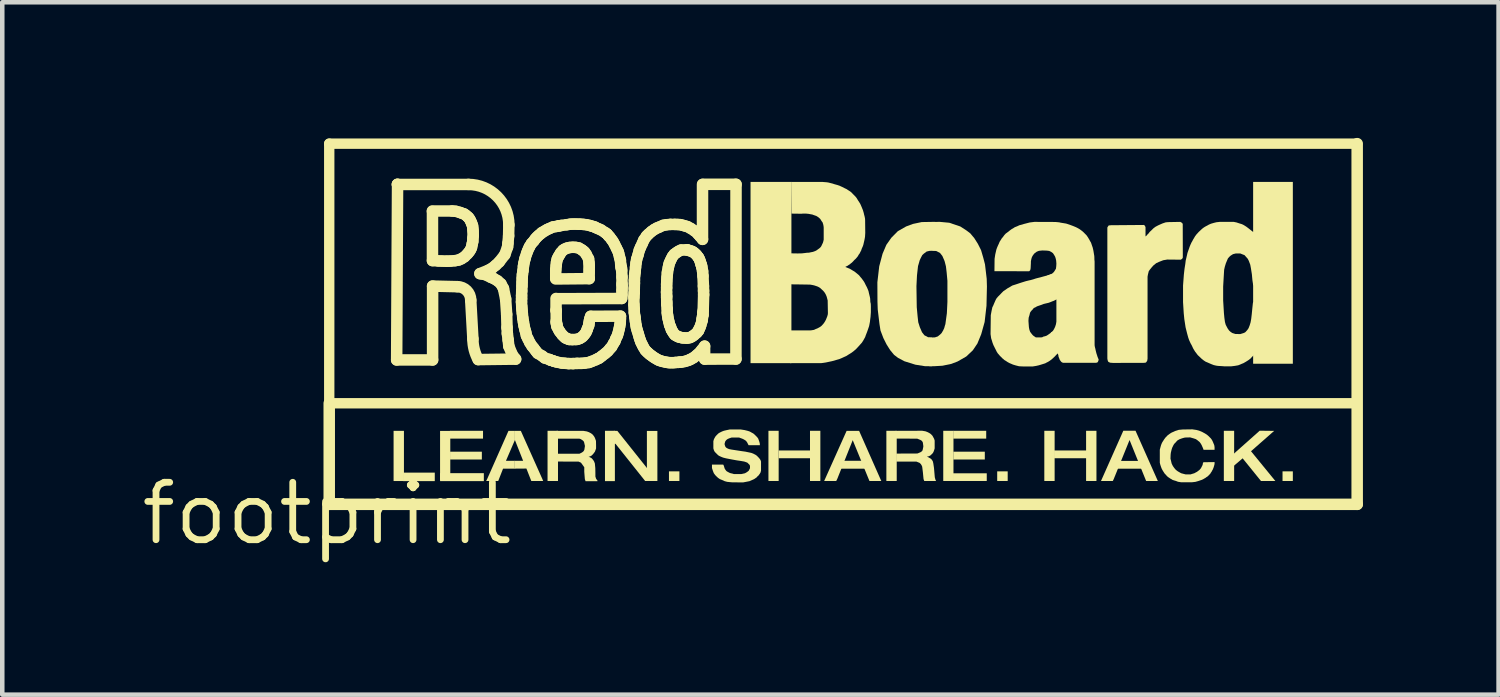
<source format=kicad_pcb>
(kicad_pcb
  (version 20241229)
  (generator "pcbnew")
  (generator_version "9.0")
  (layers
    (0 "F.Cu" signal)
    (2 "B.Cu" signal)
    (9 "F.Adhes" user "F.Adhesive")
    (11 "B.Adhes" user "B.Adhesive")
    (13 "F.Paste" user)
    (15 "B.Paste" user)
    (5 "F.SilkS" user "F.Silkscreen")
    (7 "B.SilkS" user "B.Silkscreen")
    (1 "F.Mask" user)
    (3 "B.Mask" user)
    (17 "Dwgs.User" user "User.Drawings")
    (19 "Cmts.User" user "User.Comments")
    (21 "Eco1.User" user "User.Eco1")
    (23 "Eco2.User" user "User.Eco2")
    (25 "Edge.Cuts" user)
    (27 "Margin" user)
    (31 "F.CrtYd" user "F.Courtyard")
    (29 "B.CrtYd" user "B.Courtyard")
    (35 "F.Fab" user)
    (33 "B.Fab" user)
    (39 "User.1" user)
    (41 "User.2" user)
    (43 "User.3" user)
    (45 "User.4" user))
  (footprint "footprint"
    (layer "F.Cu")
    (at 4.18 8.306)
    (property "Reference" "footprint" (at 0 0 0) (layer "F.SilkS") (effects (font (size 1.27 1.27) (thickness 0.15))))
    (fp_line (start 0.051 -8.179) (end 22.784 -8.179) (stroke (width 0.229) (type solid)) (layer "F.SilkS"))
    (fp_line (start 0.051 -2.438) (end 0.051 -8.179) (stroke (width 0.229) (type solid)) (layer "F.SilkS"))
    (fp_line (start 0.051 -2.438) (end 22.758 -2.438) (stroke (width 0.229) (type solid)) (layer "F.SilkS"))
    (fp_line (start 0.051 -0.203) (end 0.051 -2.438) (stroke (width 0.254) (type solid)) (layer "F.SilkS"))
    (fp_line (start 1.542 -3.396) (end 2.337 -3.396) (stroke (width 0.254) (type solid)) (layer "F.SilkS"))
    (fp_line (start 1.562 -7.28) (end 1.542 -3.396) (stroke (width 0.254) (type solid)) (layer "F.SilkS"))
    (fp_line (start 2.334 -6.68) (end 2.334 -5.593) (stroke (width 0.254) (type solid)) (layer "F.SilkS"))
    (fp_line (start 2.334 -5.593) (end 2.464 -5.585) (stroke (width 0.254) (type solid)) (layer "F.SilkS"))
    (fp_line (start 2.337 -5.029) (end 2.883 -5.016) (stroke (width 0.254) (type solid)) (layer "F.SilkS"))
    (fp_line (start 2.337 -3.396) (end 2.337 -5.029) (stroke (width 0.254) (type solid)) (layer "F.SilkS"))
    (fp_line (start 2.464 -5.585) (end 2.545 -5.583) (stroke (width 0.254) (type solid)) (layer "F.SilkS"))
    (fp_line (start 2.545 -5.583) (end 2.629 -5.58) (stroke (width 0.254) (type solid)) (layer "F.SilkS"))
    (fp_line (start 2.629 -5.58) (end 2.675 -5.58) (stroke (width 0.254) (type solid)) (layer "F.SilkS"))
    (fp_line (start 2.675 -5.58) (end 2.741 -5.583) (stroke (width 0.254) (type solid)) (layer "F.SilkS"))
    (fp_line (start 2.741 -5.583) (end 2.832 -5.591) (stroke (width 0.254) (type solid)) (layer "F.SilkS"))
    (fp_line (start 2.771 -6.69) (end 2.332 -6.69) (stroke (width 0.254) (type solid)) (layer "F.SilkS"))
    (fp_line (start 2.832 -5.591) (end 2.913 -5.606) (stroke (width 0.254) (type solid)) (layer "F.SilkS"))
    (fp_line (start 2.85 -6.683) (end 2.771 -6.69) (stroke (width 0.254) (type solid)) (layer "F.SilkS"))
    (fp_line (start 2.913 -5.606) (end 2.977 -5.634) (stroke (width 0.254) (type solid)) (layer "F.SilkS"))
    (fp_line (start 2.934 -6.66) (end 2.85 -6.683) (stroke (width 0.254) (type solid)) (layer "F.SilkS"))
    (fp_line (start 2.974 -6.645) (end 2.934 -6.66) (stroke (width 0.254) (type solid)) (layer "F.SilkS"))
    (fp_line (start 2.977 -5.634) (end 3.043 -5.677) (stroke (width 0.254) (type solid)) (layer "F.SilkS"))
    (fp_line (start 3.03 -6.627) (end 2.974 -6.645) (stroke (width 0.254) (type solid)) (layer "F.SilkS"))
    (fp_line (start 3.043 -5.677) (end 3.109 -5.743) (stroke (width 0.254) (type solid)) (layer "F.SilkS"))
    (fp_line (start 3.068 -6.601) (end 3.03 -6.627) (stroke (width 0.254) (type solid)) (layer "F.SilkS"))
    (fp_line (start 3.109 -6.566) (end 3.068 -6.601) (stroke (width 0.254) (type solid)) (layer "F.SilkS"))
    (fp_line (start 3.109 -5.743) (end 3.147 -5.789) (stroke (width 0.254) (type solid)) (layer "F.SilkS"))
    (fp_line (start 3.129 -7.277) (end 1.56 -7.277) (stroke (width 0.254) (type solid)) (layer "F.SilkS"))
    (fp_line (start 3.134 -6.543) (end 3.109 -6.566) (stroke (width 0.254) (type solid)) (layer "F.SilkS"))
    (fp_line (start 3.147 -5.789) (end 3.178 -5.837) (stroke (width 0.254) (type solid)) (layer "F.SilkS"))
    (fp_line (start 3.162 -6.502) (end 3.134 -6.543) (stroke (width 0.254) (type solid)) (layer "F.SilkS"))
    (fp_line (start 3.178 -5.837) (end 3.198 -5.885) (stroke (width 0.254) (type solid)) (layer "F.SilkS"))
    (fp_line (start 3.18 -4.719) (end 3.228 -3.861) (stroke (width 0.254) (type solid)) (layer "F.SilkS"))
    (fp_line (start 3.185 -6.454) (end 3.162 -6.502) (stroke (width 0.254) (type solid)) (layer "F.SilkS"))
    (fp_line (start 3.198 -5.885) (end 3.213 -5.961) (stroke (width 0.254) (type solid)) (layer "F.SilkS"))
    (fp_line (start 3.203 -6.411) (end 3.185 -6.454) (stroke (width 0.254) (type solid)) (layer "F.SilkS"))
    (fp_line (start 3.213 -5.961) (end 3.226 -6.017) (stroke (width 0.254) (type solid)) (layer "F.SilkS"))
    (fp_line (start 3.221 -6.36) (end 3.203 -6.411) (stroke (width 0.254) (type solid)) (layer "F.SilkS"))
    (fp_line (start 3.226 -6.017) (end 3.228 -6.086) (stroke (width 0.254) (type solid)) (layer "F.SilkS"))
    (fp_line (start 3.228 -6.294) (end 3.221 -6.36) (stroke (width 0.254) (type solid)) (layer "F.SilkS"))
    (fp_line (start 3.228 -6.086) (end 3.236 -6.149) (stroke (width 0.254) (type solid)) (layer "F.SilkS"))
    (fp_line (start 3.233 -6.231) (end 3.228 -6.294) (stroke (width 0.254) (type solid)) (layer "F.SilkS"))
    (fp_line (start 3.236 -6.149) (end 3.233 -6.231) (stroke (width 0.254) (type solid)) (layer "F.SilkS"))
    (fp_line (start 3.345 -3.404) (end 4.173 -3.414) (stroke (width 0.254) (type solid)) (layer "F.SilkS"))
    (fp_line (start 3.383 -5.304) (end 3.576 -5.382) (stroke (width 0.254) (type solid)) (layer "F.SilkS"))
    (fp_line (start 3.434 -5.298) (end 3.383 -5.304) (stroke (width 0.254) (type solid)) (layer "F.SilkS"))
    (fp_line (start 3.5 -5.283) (end 3.434 -5.298) (stroke (width 0.254) (type solid)) (layer "F.SilkS"))
    (fp_line (start 3.576 -5.382) (end 3.65 -5.423) (stroke (width 0.254) (type solid)) (layer "F.SilkS"))
    (fp_line (start 3.622 -5.225) (end 3.5 -5.283) (stroke (width 0.254) (type solid)) (layer "F.SilkS"))
    (fp_line (start 3.65 -5.423) (end 3.734 -5.491) (stroke (width 0.254) (type solid)) (layer "F.SilkS"))
    (fp_line (start 3.693 -5.194) (end 3.622 -5.225) (stroke (width 0.254) (type solid)) (layer "F.SilkS"))
    (fp_line (start 3.734 -5.491) (end 3.81 -5.563) (stroke (width 0.254) (type solid)) (layer "F.SilkS"))
    (fp_line (start 3.774 -5.146) (end 3.693 -5.194) (stroke (width 0.254) (type solid)) (layer "F.SilkS"))
    (fp_line (start 3.81 -5.563) (end 3.934 -5.723) (stroke (width 0.254) (type solid)) (layer "F.SilkS"))
    (fp_line (start 3.848 -5.08) (end 3.774 -5.146) (stroke (width 0.254) (type solid)) (layer "F.SilkS"))
    (fp_line (start 3.904 -4.976) (end 3.848 -5.08) (stroke (width 0.254) (type solid)) (layer "F.SilkS"))
    (fp_line (start 3.934 -5.723) (end 3.995 -5.895) (stroke (width 0.254) (type solid)) (layer "F.SilkS"))
    (fp_line (start 3.952 -4.745) (end 3.904 -4.976) (stroke (width 0.254) (type solid)) (layer "F.SilkS"))
    (fp_line (start 3.975 -4.404) (end 3.952 -4.745) (stroke (width 0.254) (type solid)) (layer "F.SilkS"))
    (fp_line (start 3.983 -4.112) (end 3.975 -4.404) (stroke (width 0.254) (type solid)) (layer "F.SilkS"))
    (fp_line (start 3.99 -3.98) (end 3.983 -4.112) (stroke (width 0.254) (type solid)) (layer "F.SilkS"))
    (fp_line (start 3.995 -5.895) (end 4.003 -5.974) (stroke (width 0.254) (type solid)) (layer "F.SilkS"))
    (fp_line (start 4.003 -5.974) (end 4.018 -6.139) (stroke (width 0.254) (type solid)) (layer "F.SilkS"))
    (fp_line (start 4.008 -3.838) (end 3.99 -3.98) (stroke (width 0.254) (type solid)) (layer "F.SilkS"))
    (fp_line (start 4.018 -6.139) (end 4.023 -6.383) (stroke (width 0.254) (type solid)) (layer "F.SilkS"))
    (fp_line (start 4.023 -3.698) (end 4.008 -3.838) (stroke (width 0.254) (type solid)) (layer "F.SilkS"))
    (fp_line (start 4.089 -3.538) (end 4.023 -3.698) (stroke (width 0.254) (type solid)) (layer "F.SilkS"))
    (fp_line (start 4.173 -3.414) (end 4.094 -3.518) (stroke (width 0.254) (type solid)) (layer "F.SilkS"))
    (fp_line (start 4.303 -4.679) (end 4.308 -4.582) (stroke (width 0.254) (type solid)) (layer "F.SilkS"))
    (fp_line (start 4.305 -4.818) (end 4.305 -4.75) (stroke (width 0.254) (type solid)) (layer "F.SilkS"))
    (fp_line (start 4.305 -4.75) (end 4.303 -4.679) (stroke (width 0.254) (type solid)) (layer "F.SilkS"))
    (fp_line (start 4.308 -4.92) (end 4.305 -4.818) (stroke (width 0.254) (type solid)) (layer "F.SilkS"))
    (fp_line (start 4.308 -4.582) (end 4.313 -4.511) (stroke (width 0.254) (type solid)) (layer "F.SilkS"))
    (fp_line (start 4.313 -5.032) (end 4.308 -4.92) (stroke (width 0.254) (type solid)) (layer "F.SilkS"))
    (fp_line (start 4.313 -4.511) (end 4.321 -4.432) (stroke (width 0.254) (type solid)) (layer "F.SilkS"))
    (fp_line (start 4.315 -5.116) (end 4.313 -5.032) (stroke (width 0.254) (type solid)) (layer "F.SilkS"))
    (fp_line (start 4.318 -5.204) (end 4.315 -5.116) (stroke (width 0.254) (type solid)) (layer "F.SilkS"))
    (fp_line (start 4.321 -4.432) (end 4.331 -4.323) (stroke (width 0.254) (type solid)) (layer "F.SilkS"))
    (fp_line (start 4.323 -5.283) (end 4.318 -5.204) (stroke (width 0.254) (type solid)) (layer "F.SilkS"))
    (fp_line (start 4.331 -4.323) (end 4.346 -4.234) (stroke (width 0.254) (type solid)) (layer "F.SilkS"))
    (fp_line (start 4.336 -5.37) (end 4.323 -5.283) (stroke (width 0.254) (type solid)) (layer "F.SilkS"))
    (fp_line (start 4.346 -5.469) (end 4.336 -5.37) (stroke (width 0.254) (type solid)) (layer "F.SilkS"))
    (fp_line (start 4.346 -4.234) (end 4.359 -4.153) (stroke (width 0.254) (type solid)) (layer "F.SilkS"))
    (fp_line (start 4.356 -5.535) (end 4.346 -5.469) (stroke (width 0.254) (type solid)) (layer "F.SilkS"))
    (fp_line (start 4.359 -4.153) (end 4.381 -4.059) (stroke (width 0.254) (type solid)) (layer "F.SilkS"))
    (fp_line (start 4.374 -5.611) (end 4.356 -5.535) (stroke (width 0.254) (type solid)) (layer "F.SilkS"))
    (fp_line (start 4.381 -4.059) (end 4.397 -4.006) (stroke (width 0.254) (type solid)) (layer "F.SilkS"))
    (fp_line (start 4.387 -5.659) (end 4.374 -5.611) (stroke (width 0.254) (type solid)) (layer "F.SilkS"))
    (fp_line (start 4.397 -4.006) (end 4.412 -3.932) (stroke (width 0.254) (type solid)) (layer "F.SilkS"))
    (fp_line (start 4.412 -3.932) (end 4.448 -3.858) (stroke (width 0.254) (type solid)) (layer "F.SilkS"))
    (fp_line (start 4.415 -5.745) (end 4.387 -5.659) (stroke (width 0.254) (type solid)) (layer "F.SilkS"))
    (fp_line (start 4.437 -5.806) (end 4.415 -5.745) (stroke (width 0.254) (type solid)) (layer "F.SilkS"))
    (fp_line (start 4.448 -3.858) (end 4.486 -3.78) (stroke (width 0.254) (type solid)) (layer "F.SilkS"))
    (fp_line (start 4.468 -5.875) (end 4.437 -5.806) (stroke (width 0.254) (type solid)) (layer "F.SilkS"))
    (fp_line (start 4.483 -5.905) (end 4.468 -5.875) (stroke (width 0.254) (type solid)) (layer "F.SilkS"))
    (fp_line (start 4.486 -3.78) (end 4.536 -3.701) (stroke (width 0.254) (type solid)) (layer "F.SilkS"))
    (fp_line (start 4.524 -5.972) (end 4.483 -5.905) (stroke (width 0.254) (type solid)) (layer "F.SilkS"))
    (fp_line (start 4.536 -3.701) (end 4.575 -3.655) (stroke (width 0.254) (type solid)) (layer "F.SilkS"))
    (fp_line (start 4.575 -6.027) (end 4.524 -5.972) (stroke (width 0.254) (type solid)) (layer "F.SilkS"))
    (fp_line (start 4.575 -3.655) (end 4.62 -3.594) (stroke (width 0.254) (type solid)) (layer "F.SilkS"))
    (fp_line (start 4.605 -6.071) (end 4.575 -6.027) (stroke (width 0.254) (type solid)) (layer "F.SilkS"))
    (fp_line (start 4.62 -3.594) (end 4.661 -3.543) (stroke (width 0.254) (type solid)) (layer "F.SilkS"))
    (fp_line (start 4.641 -6.111) (end 4.605 -6.071) (stroke (width 0.254) (type solid)) (layer "F.SilkS"))
    (fp_line (start 4.661 -3.543) (end 4.763 -3.482) (stroke (width 0.254) (type solid)) (layer "F.SilkS"))
    (fp_line (start 4.684 -6.152) (end 4.641 -6.111) (stroke (width 0.254) (type solid)) (layer "F.SilkS"))
    (fp_line (start 4.735 -6.193) (end 4.684 -6.152) (stroke (width 0.254) (type solid)) (layer "F.SilkS"))
    (fp_line (start 4.755 -6.213) (end 4.735 -6.193) (stroke (width 0.254) (type solid)) (layer "F.SilkS"))
    (fp_line (start 4.763 -3.482) (end 4.816 -3.439) (stroke (width 0.254) (type solid)) (layer "F.SilkS"))
    (fp_line (start 4.813 -6.246) (end 4.755 -6.213) (stroke (width 0.254) (type solid)) (layer "F.SilkS"))
    (fp_line (start 4.816 -3.439) (end 4.92 -3.406) (stroke (width 0.254) (type solid)) (layer "F.SilkS"))
    (fp_line (start 4.872 -6.281) (end 4.813 -6.246) (stroke (width 0.254) (type solid)) (layer "F.SilkS"))
    (fp_line (start 4.92 -3.406) (end 4.94 -3.393) (stroke (width 0.254) (type solid)) (layer "F.SilkS"))
    (fp_line (start 4.925 -6.304) (end 4.872 -6.281) (stroke (width 0.254) (type solid)) (layer "F.SilkS"))
    (fp_line (start 4.94 -3.393) (end 4.968 -3.386) (stroke (width 0.254) (type solid)) (layer "F.SilkS"))
    (fp_line (start 4.968 -3.386) (end 5.014 -3.371) (stroke (width 0.254) (type solid)) (layer "F.SilkS"))
    (fp_line (start 4.999 -6.337) (end 4.925 -6.304) (stroke (width 0.254) (type solid)) (layer "F.SilkS"))
    (fp_line (start 5.014 -3.371) (end 5.024 -3.366) (stroke (width 0.254) (type solid)) (layer "F.SilkS"))
    (fp_line (start 5.024 -3.366) (end 5.08 -3.35) (stroke (width 0.254) (type solid)) (layer "F.SilkS"))
    (fp_line (start 5.06 -5.392) (end 5.06 -5.202) (stroke (width 0.254) (type solid)) (layer "F.SilkS"))
    (fp_line (start 5.06 -5.187) (end 5.801 -5.194) (stroke (width 0.254) (type solid)) (layer "F.SilkS"))
    (fp_line (start 5.067 -6.347) (end 4.999 -6.337) (stroke (width 0.254) (type solid)) (layer "F.SilkS"))
    (fp_line (start 5.067 -4.501) (end 5.067 -4.755) (stroke (width 0.254) (type solid)) (layer "F.SilkS"))
    (fp_line (start 5.07 -5.484) (end 5.06 -5.392) (stroke (width 0.254) (type solid)) (layer "F.SilkS"))
    (fp_line (start 5.07 -4.478) (end 5.067 -4.501) (stroke (width 0.254) (type solid)) (layer "F.SilkS"))
    (fp_line (start 5.072 -4.224) (end 5.085 -4.176) (stroke (width 0.254) (type solid)) (layer "F.SilkS"))
    (fp_line (start 5.072 -4.26) (end 5.07 -4.478) (stroke (width 0.254) (type solid)) (layer "F.SilkS"))
    (fp_line (start 5.077 -5.555) (end 5.07 -5.484) (stroke (width 0.254) (type solid)) (layer "F.SilkS"))
    (fp_line (start 5.077 -4.188) (end 5.072 -4.224) (stroke (width 0.254) (type solid)) (layer "F.SilkS"))
    (fp_line (start 5.08 -4.75) (end 6.518 -4.755) (stroke (width 0.254) (type solid)) (layer "F.SilkS"))
    (fp_line (start 5.08 -3.35) (end 5.194 -3.327) (stroke (width 0.254) (type solid)) (layer "F.SilkS"))
    (fp_line (start 5.085 -4.176) (end 5.072 -4.26) (stroke (width 0.254) (type solid)) (layer "F.SilkS"))
    (fp_line (start 5.088 -4.13) (end 5.077 -4.188) (stroke (width 0.254) (type solid)) (layer "F.SilkS"))
    (fp_line (start 5.093 -5.626) (end 5.077 -5.555) (stroke (width 0.254) (type solid)) (layer "F.SilkS"))
    (fp_line (start 5.116 -5.674) (end 5.093 -5.626) (stroke (width 0.254) (type solid)) (layer "F.SilkS"))
    (fp_line (start 5.128 -4.056) (end 5.088 -4.13) (stroke (width 0.254) (type solid)) (layer "F.SilkS"))
    (fp_line (start 5.133 -6.363) (end 5.067 -6.347) (stroke (width 0.254) (type solid)) (layer "F.SilkS"))
    (fp_line (start 5.133 -6.36) (end 5.133 -6.363) (stroke (width 0.254) (type solid)) (layer "F.SilkS"))
    (fp_line (start 5.141 -5.715) (end 5.116 -5.674) (stroke (width 0.254) (type solid)) (layer "F.SilkS"))
    (fp_line (start 5.151 -4.018) (end 5.128 -4.056) (stroke (width 0.254) (type solid)) (layer "F.SilkS"))
    (fp_line (start 5.171 -5.766) (end 5.141 -5.715) (stroke (width 0.254) (type solid)) (layer "F.SilkS"))
    (fp_line (start 5.184 -6.37) (end 5.133 -6.36) (stroke (width 0.254) (type solid)) (layer "F.SilkS"))
    (fp_line (start 5.194 -3.327) (end 5.26 -3.322) (stroke (width 0.254) (type solid)) (layer "F.SilkS"))
    (fp_line (start 5.202 -3.952) (end 5.151 -4.018) (stroke (width 0.254) (type solid)) (layer "F.SilkS"))
    (fp_line (start 5.222 -5.824) (end 5.171 -5.766) (stroke (width 0.254) (type solid)) (layer "F.SilkS"))
    (fp_line (start 5.24 -3.914) (end 5.202 -3.952) (stroke (width 0.254) (type solid)) (layer "F.SilkS"))
    (fp_line (start 5.258 -5.847) (end 5.222 -5.824) (stroke (width 0.254) (type solid)) (layer "F.SilkS"))
    (fp_line (start 5.26 -3.322) (end 5.347 -3.315) (stroke (width 0.254) (type solid)) (layer "F.SilkS"))
    (fp_line (start 5.273 -3.884) (end 5.24 -3.914) (stroke (width 0.254) (type solid)) (layer "F.SilkS"))
    (fp_line (start 5.301 -6.386) (end 5.184 -6.37) (stroke (width 0.254) (type solid)) (layer "F.SilkS"))
    (fp_line (start 5.306 -3.871) (end 5.273 -3.884) (stroke (width 0.254) (type solid)) (layer "F.SilkS"))
    (fp_line (start 5.311 -5.87) (end 5.258 -5.847) (stroke (width 0.254) (type solid)) (layer "F.SilkS"))
    (fp_line (start 5.326 -3.861) (end 5.306 -3.871) (stroke (width 0.254) (type solid)) (layer "F.SilkS"))
    (fp_line (start 5.347 -3.315) (end 5.443 -3.315) (stroke (width 0.254) (type solid)) (layer "F.SilkS"))
    (fp_line (start 5.362 -3.848) (end 5.326 -3.861) (stroke (width 0.254) (type solid)) (layer "F.SilkS"))
    (fp_line (start 5.37 -5.883) (end 5.311 -5.87) (stroke (width 0.254) (type solid)) (layer "F.SilkS"))
    (fp_line (start 5.38 -6.398) (end 5.301 -6.386) (stroke (width 0.254) (type solid)) (layer "F.SilkS"))
    (fp_line (start 5.428 -3.846) (end 5.362 -3.848) (stroke (width 0.254) (type solid)) (layer "F.SilkS"))
    (fp_line (start 5.436 -5.888) (end 5.37 -5.883) (stroke (width 0.254) (type solid)) (layer "F.SilkS"))
    (fp_line (start 5.443 -6.401) (end 5.38 -6.398) (stroke (width 0.254) (type solid)) (layer "F.SilkS"))
    (fp_line (start 5.443 -3.315) (end 5.53 -3.32) (stroke (width 0.254) (type solid)) (layer "F.SilkS"))
    (fp_line (start 5.502 -5.885) (end 5.436 -5.888) (stroke (width 0.254) (type solid)) (layer "F.SilkS"))
    (fp_line (start 5.502 -3.848) (end 5.428 -3.846) (stroke (width 0.254) (type solid)) (layer "F.SilkS"))
    (fp_line (start 5.507 -6.401) (end 5.443 -6.401) (stroke (width 0.254) (type solid)) (layer "F.SilkS"))
    (fp_line (start 5.53 -3.32) (end 5.631 -3.32) (stroke (width 0.254) (type solid)) (layer "F.SilkS"))
    (fp_line (start 5.537 -3.851) (end 5.502 -3.848) (stroke (width 0.254) (type solid)) (layer "F.SilkS"))
    (fp_line (start 5.568 -6.398) (end 5.507 -6.401) (stroke (width 0.254) (type solid)) (layer "F.SilkS"))
    (fp_line (start 5.57 -5.872) (end 5.502 -5.885) (stroke (width 0.254) (type solid)) (layer "F.SilkS"))
    (fp_line (start 5.593 -3.871) (end 5.537 -3.851) (stroke (width 0.254) (type solid)) (layer "F.SilkS"))
    (fp_line (start 5.608 -6.398) (end 5.568 -6.398) (stroke (width 0.254) (type solid)) (layer "F.SilkS"))
    (fp_line (start 5.624 -3.891) (end 5.593 -3.871) (stroke (width 0.254) (type solid)) (layer "F.SilkS"))
    (fp_line (start 5.629 -5.837) (end 5.57 -5.872) (stroke (width 0.254) (type solid)) (layer "F.SilkS"))
    (fp_line (start 5.631 -3.32) (end 5.707 -3.327) (stroke (width 0.254) (type solid)) (layer "F.SilkS"))
    (fp_line (start 5.657 -3.914) (end 5.624 -3.891) (stroke (width 0.254) (type solid)) (layer "F.SilkS"))
    (fp_line (start 5.664 -5.812) (end 5.629 -5.837) (stroke (width 0.254) (type solid)) (layer "F.SilkS"))
    (fp_line (start 5.672 -6.393) (end 5.608 -6.398) (stroke (width 0.254) (type solid)) (layer "F.SilkS"))
    (fp_line (start 5.695 -3.957) (end 5.657 -3.914) (stroke (width 0.254) (type solid)) (layer "F.SilkS"))
    (fp_line (start 5.697 -5.784) (end 5.664 -5.812) (stroke (width 0.254) (type solid)) (layer "F.SilkS"))
    (fp_line (start 5.707 -3.327) (end 5.794 -3.34) (stroke (width 0.254) (type solid)) (layer "F.SilkS"))
    (fp_line (start 5.728 -4.003) (end 5.695 -3.957) (stroke (width 0.254) (type solid)) (layer "F.SilkS"))
    (fp_line (start 5.733 -5.733) (end 5.697 -5.784) (stroke (width 0.254) (type solid)) (layer "F.SilkS"))
    (fp_line (start 5.74 -6.386) (end 5.672 -6.393) (stroke (width 0.254) (type solid)) (layer "F.SilkS"))
    (fp_line (start 5.753 -4.061) (end 5.728 -4.003) (stroke (width 0.254) (type solid)) (layer "F.SilkS"))
    (fp_line (start 5.763 -4.092) (end 5.753 -4.061) (stroke (width 0.254) (type solid)) (layer "F.SilkS"))
    (fp_line (start 5.786 -5.631) (end 5.733 -5.733) (stroke (width 0.254) (type solid)) (layer "F.SilkS"))
    (fp_line (start 5.789 -4.158) (end 5.763 -4.092) (stroke (width 0.254) (type solid)) (layer "F.SilkS"))
    (fp_line (start 5.794 -4.196) (end 5.789 -4.158) (stroke (width 0.254) (type solid)) (layer "F.SilkS"))
    (fp_line (start 5.794 -3.34) (end 5.855 -3.363) (stroke (width 0.254) (type solid)) (layer "F.SilkS"))
    (fp_line (start 5.796 -5.547) (end 5.786 -5.631) (stroke (width 0.254) (type solid)) (layer "F.SilkS"))
    (fp_line (start 5.799 -5.4) (end 5.801 -5.476) (stroke (width 0.254) (type solid)) (layer "F.SilkS"))
    (fp_line (start 5.799 -5.326) (end 5.799 -5.4) (stroke (width 0.254) (type solid)) (layer "F.SilkS"))
    (fp_line (start 5.801 -5.476) (end 5.796 -5.547) (stroke (width 0.254) (type solid)) (layer "F.SilkS"))
    (fp_line (start 5.801 -5.194) (end 5.799 -5.326) (stroke (width 0.254) (type solid)) (layer "F.SilkS"))
    (fp_line (start 5.804 -4.26) (end 5.794 -4.196) (stroke (width 0.254) (type solid)) (layer "F.SilkS"))
    (fp_line (start 5.814 -4.305) (end 5.804 -4.26) (stroke (width 0.254) (type solid)) (layer "F.SilkS"))
    (fp_line (start 5.817 -6.368) (end 5.74 -6.386) (stroke (width 0.254) (type solid)) (layer "F.SilkS"))
    (fp_line (start 5.832 -4.361) (end 5.814 -4.305) (stroke (width 0.254) (type solid)) (layer "F.SilkS"))
    (fp_line (start 5.855 -3.363) (end 5.944 -3.399) (stroke (width 0.254) (type solid)) (layer "F.SilkS"))
    (fp_line (start 5.875 -6.35) (end 5.817 -6.368) (stroke (width 0.254) (type solid)) (layer "F.SilkS"))
    (fp_line (start 5.921 -6.337) (end 5.875 -6.35) (stroke (width 0.254) (type solid)) (layer "F.SilkS"))
    (fp_line (start 5.944 -3.399) (end 5.992 -3.424) (stroke (width 0.254) (type solid)) (layer "F.SilkS"))
    (fp_line (start 5.951 -6.32) (end 5.921 -6.337) (stroke (width 0.254) (type solid)) (layer "F.SilkS"))
    (fp_line (start 5.992 -3.424) (end 6.022 -3.437) (stroke (width 0.254) (type solid)) (layer "F.SilkS"))
    (fp_line (start 6.005 -6.297) (end 5.951 -6.32) (stroke (width 0.254) (type solid)) (layer "F.SilkS"))
    (fp_line (start 6.022 -3.437) (end 6.081 -3.482) (stroke (width 0.254) (type solid)) (layer "F.SilkS"))
    (fp_line (start 6.063 -6.271) (end 6.005 -6.297) (stroke (width 0.254) (type solid)) (layer "F.SilkS"))
    (fp_line (start 6.081 -3.482) (end 6.157 -3.541) (stroke (width 0.254) (type solid)) (layer "F.SilkS"))
    (fp_line (start 6.152 -6.213) (end 6.063 -6.271) (stroke (width 0.254) (type solid)) (layer "F.SilkS"))
    (fp_line (start 6.157 -3.541) (end 6.213 -3.589) (stroke (width 0.254) (type solid)) (layer "F.SilkS"))
    (fp_line (start 6.19 -6.185) (end 6.152 -6.213) (stroke (width 0.254) (type solid)) (layer "F.SilkS"))
    (fp_line (start 6.2 -6.177) (end 6.19 -6.185) (stroke (width 0.254) (type solid)) (layer "F.SilkS"))
    (fp_line (start 6.213 -3.589) (end 6.261 -3.647) (stroke (width 0.254) (type solid)) (layer "F.SilkS"))
    (fp_line (start 6.228 -6.139) (end 6.2 -6.177) (stroke (width 0.254) (type solid)) (layer "F.SilkS"))
    (fp_line (start 6.253 -6.116) (end 6.228 -6.139) (stroke (width 0.254) (type solid)) (layer "F.SilkS"))
    (fp_line (start 6.261 -3.647) (end 6.297 -3.686) (stroke (width 0.254) (type solid)) (layer "F.SilkS"))
    (fp_line (start 6.292 -6.063) (end 6.253 -6.116) (stroke (width 0.254) (type solid)) (layer "F.SilkS"))
    (fp_line (start 6.297 -3.686) (end 6.337 -3.759) (stroke (width 0.254) (type solid)) (layer "F.SilkS"))
    (fp_line (start 6.327 -6.015) (end 6.292 -6.063) (stroke (width 0.254) (type solid)) (layer "F.SilkS"))
    (fp_line (start 6.337 -3.759) (end 6.368 -3.807) (stroke (width 0.254) (type solid)) (layer "F.SilkS"))
    (fp_line (start 6.363 -5.949) (end 6.327 -6.015) (stroke (width 0.254) (type solid)) (layer "F.SilkS"))
    (fp_line (start 6.368 -3.807) (end 6.388 -3.863) (stroke (width 0.254) (type solid)) (layer "F.SilkS"))
    (fp_line (start 6.388 -3.863) (end 6.424 -3.937) (stroke (width 0.254) (type solid)) (layer "F.SilkS"))
    (fp_line (start 6.403 -5.867) (end 6.363 -5.949) (stroke (width 0.254) (type solid)) (layer "F.SilkS"))
    (fp_line (start 6.424 -3.937) (end 6.444 -4.003) (stroke (width 0.254) (type solid)) (layer "F.SilkS"))
    (fp_line (start 6.436 -5.801) (end 6.403 -5.867) (stroke (width 0.254) (type solid)) (layer "F.SilkS"))
    (fp_line (start 6.444 -4.003) (end 6.462 -4.079) (stroke (width 0.254) (type solid)) (layer "F.SilkS"))
    (fp_line (start 6.452 -5.751) (end 6.436 -5.801) (stroke (width 0.254) (type solid)) (layer "F.SilkS"))
    (fp_line (start 6.462 -4.079) (end 6.474 -4.14) (stroke (width 0.254) (type solid)) (layer "F.SilkS"))
    (fp_line (start 6.472 -5.667) (end 6.452 -5.751) (stroke (width 0.254) (type solid)) (layer "F.SilkS"))
    (fp_line (start 6.474 -4.14) (end 6.487 -4.216) (stroke (width 0.254) (type solid)) (layer "F.SilkS"))
    (fp_line (start 6.487 -4.216) (end 6.49 -4.305) (stroke (width 0.254) (type solid)) (layer "F.SilkS"))
    (fp_line (start 6.49 -5.601) (end 6.472 -5.667) (stroke (width 0.254) (type solid)) (layer "F.SilkS"))
    (fp_line (start 6.49 -4.305) (end 6.492 -4.364) (stroke (width 0.254) (type solid)) (layer "F.SilkS"))
    (fp_line (start 6.492 -4.364) (end 5.832 -4.361) (stroke (width 0.254) (type solid)) (layer "F.SilkS"))
    (fp_line (start 6.497 -5.507) (end 6.49 -5.601) (stroke (width 0.254) (type solid)) (layer "F.SilkS"))
    (fp_line (start 6.507 -5.436) (end 6.513 -5.433) (stroke (width 0.254) (type solid)) (layer "F.SilkS"))
    (fp_line (start 6.513 -5.433) (end 6.497 -5.507) (stroke (width 0.254) (type solid)) (layer "F.SilkS"))
    (fp_line (start 6.518 -4.755) (end 6.525 -4.836) (stroke (width 0.254) (type solid)) (layer "F.SilkS"))
    (fp_line (start 6.518 -5.38) (end 6.507 -5.436) (stroke (width 0.254) (type solid)) (layer "F.SilkS"))
    (fp_line (start 6.525 -5.23) (end 6.518 -5.38) (stroke (width 0.254) (type solid)) (layer "F.SilkS"))
    (fp_line (start 6.525 -5.077) (end 6.525 -5.23) (stroke (width 0.254) (type solid)) (layer "F.SilkS"))
    (fp_line (start 6.525 -4.935) (end 6.528 -5.022) (stroke (width 0.254) (type solid)) (layer "F.SilkS"))
    (fp_line (start 6.525 -4.836) (end 6.525 -4.935) (stroke (width 0.254) (type solid)) (layer "F.SilkS"))
    (fp_line (start 6.528 -5.022) (end 6.525 -5.077) (stroke (width 0.254) (type solid)) (layer "F.SilkS"))
    (fp_line (start 6.789 -4.788) (end 6.795 -4.877) (stroke (width 0.254) (type solid)) (layer "F.SilkS"))
    (fp_line (start 6.789 -4.615) (end 6.789 -4.788) (stroke (width 0.254) (type solid)) (layer "F.SilkS"))
    (fp_line (start 6.795 -4.877) (end 6.797 -4.978) (stroke (width 0.254) (type solid)) (layer "F.SilkS"))
    (fp_line (start 6.795 -4.529) (end 6.789 -4.615) (stroke (width 0.254) (type solid)) (layer "F.SilkS"))
    (fp_line (start 6.797 -4.978) (end 6.8 -5.093) (stroke (width 0.254) (type solid)) (layer "F.SilkS"))
    (fp_line (start 6.797 -4.445) (end 6.795 -4.529) (stroke (width 0.254) (type solid)) (layer "F.SilkS"))
    (fp_line (start 6.8 -5.159) (end 6.805 -5.265) (stroke (width 0.254) (type solid)) (layer "F.SilkS"))
    (fp_line (start 6.8 -5.093) (end 6.8 -5.159) (stroke (width 0.254) (type solid)) (layer "F.SilkS"))
    (fp_line (start 6.805 -5.265) (end 6.815 -5.339) (stroke (width 0.254) (type solid)) (layer "F.SilkS"))
    (fp_line (start 6.807 -4.371) (end 6.797 -4.445) (stroke (width 0.254) (type solid)) (layer "F.SilkS"))
    (fp_line (start 6.815 -5.339) (end 6.825 -5.446) (stroke (width 0.254) (type solid)) (layer "F.SilkS"))
    (fp_line (start 6.815 -4.321) (end 6.807 -4.371) (stroke (width 0.254) (type solid)) (layer "F.SilkS"))
    (fp_line (start 6.822 -4.255) (end 6.815 -4.321) (stroke (width 0.254) (type solid)) (layer "F.SilkS"))
    (fp_line (start 6.825 -5.446) (end 6.835 -5.535) (stroke (width 0.254) (type solid)) (layer "F.SilkS"))
    (fp_line (start 6.835 -4.168) (end 6.822 -4.255) (stroke (width 0.254) (type solid)) (layer "F.SilkS"))
    (fp_line (start 6.835 -5.535) (end 6.85 -5.624) (stroke (width 0.254) (type solid)) (layer "F.SilkS"))
    (fp_line (start 6.845 -4.11) (end 6.835 -4.168) (stroke (width 0.254) (type solid)) (layer "F.SilkS"))
    (fp_line (start 6.85 -5.624) (end 6.881 -5.72) (stroke (width 0.254) (type solid)) (layer "F.SilkS"))
    (fp_line (start 6.863 -4.046) (end 6.845 -4.11) (stroke (width 0.254) (type solid)) (layer "F.SilkS"))
    (fp_line (start 6.881 -5.72) (end 6.906 -5.817) (stroke (width 0.254) (type solid)) (layer "F.SilkS"))
    (fp_line (start 6.886 -3.975) (end 6.863 -4.046) (stroke (width 0.254) (type solid)) (layer "F.SilkS"))
    (fp_line (start 6.904 -3.907) (end 6.886 -3.975) (stroke (width 0.254) (type solid)) (layer "F.SilkS"))
    (fp_line (start 6.906 -5.817) (end 6.934 -5.885) (stroke (width 0.254) (type solid)) (layer "F.SilkS"))
    (fp_line (start 6.924 -3.846) (end 6.904 -3.907) (stroke (width 0.254) (type solid)) (layer "F.SilkS"))
    (fp_line (start 6.934 -5.885) (end 6.977 -5.977) (stroke (width 0.254) (type solid)) (layer "F.SilkS"))
    (fp_line (start 6.942 -3.795) (end 6.924 -3.846) (stroke (width 0.254) (type solid)) (layer "F.SilkS"))
    (fp_line (start 6.972 -3.734) (end 6.942 -3.795) (stroke (width 0.254) (type solid)) (layer "F.SilkS"))
    (fp_line (start 6.977 -5.977) (end 7.008 -6.048) (stroke (width 0.254) (type solid)) (layer "F.SilkS"))
    (fp_line (start 6.998 -3.683) (end 6.972 -3.734) (stroke (width 0.254) (type solid)) (layer "F.SilkS"))
    (fp_line (start 7.008 -6.048) (end 7.066 -6.134) (stroke (width 0.254) (type solid)) (layer "F.SilkS"))
    (fp_line (start 7.041 -3.612) (end 6.998 -3.683) (stroke (width 0.254) (type solid)) (layer "F.SilkS"))
    (fp_line (start 7.066 -6.134) (end 7.109 -6.177) (stroke (width 0.254) (type solid)) (layer "F.SilkS"))
    (fp_line (start 7.076 -3.576) (end 7.041 -3.612) (stroke (width 0.254) (type solid)) (layer "F.SilkS"))
    (fp_line (start 7.107 -3.548) (end 7.076 -3.576) (stroke (width 0.254) (type solid)) (layer "F.SilkS"))
    (fp_line (start 7.109 -6.177) (end 7.176 -6.236) (stroke (width 0.254) (type solid)) (layer "F.SilkS"))
    (fp_line (start 7.14 -3.518) (end 7.107 -3.548) (stroke (width 0.254) (type solid)) (layer "F.SilkS"))
    (fp_line (start 7.176 -6.236) (end 7.239 -6.281) (stroke (width 0.254) (type solid)) (layer "F.SilkS"))
    (fp_line (start 7.183 -3.487) (end 7.14 -3.518) (stroke (width 0.254) (type solid)) (layer "F.SilkS"))
    (fp_line (start 7.224 -3.457) (end 7.183 -3.487) (stroke (width 0.254) (type solid)) (layer "F.SilkS"))
    (fp_line (start 7.239 -6.281) (end 7.295 -6.312) (stroke (width 0.254) (type solid)) (layer "F.SilkS"))
    (fp_line (start 7.269 -3.429) (end 7.224 -3.457) (stroke (width 0.254) (type solid)) (layer "F.SilkS"))
    (fp_line (start 7.295 -6.312) (end 7.351 -6.335) (stroke (width 0.254) (type solid)) (layer "F.SilkS"))
    (fp_line (start 7.32 -3.399) (end 7.269 -3.429) (stroke (width 0.254) (type solid)) (layer "F.SilkS"))
    (fp_line (start 7.351 -6.335) (end 7.437 -6.373) (stroke (width 0.254) (type solid)) (layer "F.SilkS"))
    (fp_line (start 7.358 -3.383) (end 7.32 -3.399) (stroke (width 0.254) (type solid)) (layer "F.SilkS"))
    (fp_line (start 7.414 -3.365) (end 7.358 -3.383) (stroke (width 0.254) (type solid)) (layer "F.SilkS"))
    (fp_line (start 7.437 -6.373) (end 7.511 -6.386) (stroke (width 0.254) (type solid)) (layer "F.SilkS"))
    (fp_line (start 7.48 -3.35) (end 7.414 -3.365) (stroke (width 0.254) (type solid)) (layer "F.SilkS"))
    (fp_line (start 7.511 -6.386) (end 7.595 -6.393) (stroke (width 0.254) (type solid)) (layer "F.SilkS"))
    (fp_line (start 7.511 -4.895) (end 7.513 -4.818) (stroke (width 0.254) (type solid)) (layer "F.SilkS"))
    (fp_line (start 7.513 -4.994) (end 7.511 -4.895) (stroke (width 0.254) (type solid)) (layer "F.SilkS"))
    (fp_line (start 7.513 -5.072) (end 7.513 -4.994) (stroke (width 0.254) (type solid)) (layer "F.SilkS"))
    (fp_line (start 7.513 -4.783) (end 7.516 -4.676) (stroke (width 0.254) (type solid)) (layer "F.SilkS"))
    (fp_line (start 7.513 -4.818) (end 7.513 -4.783) (stroke (width 0.254) (type solid)) (layer "F.SilkS"))
    (fp_line (start 7.516 -5.141) (end 7.513 -5.072) (stroke (width 0.254) (type solid)) (layer "F.SilkS"))
    (fp_line (start 7.516 -4.623) (end 7.526 -4.524) (stroke (width 0.254) (type solid)) (layer "F.SilkS"))
    (fp_line (start 7.516 -4.676) (end 7.516 -4.623) (stroke (width 0.254) (type solid)) (layer "F.SilkS"))
    (fp_line (start 7.521 -5.225) (end 7.516 -5.141) (stroke (width 0.254) (type solid)) (layer "F.SilkS"))
    (fp_line (start 7.526 -4.524) (end 7.526 -4.44) (stroke (width 0.254) (type solid)) (layer "F.SilkS"))
    (fp_line (start 7.526 -4.44) (end 7.534 -4.381) (stroke (width 0.254) (type solid)) (layer "F.SilkS"))
    (fp_line (start 7.529 -5.306) (end 7.521 -5.225) (stroke (width 0.254) (type solid)) (layer "F.SilkS"))
    (fp_line (start 7.531 -5.342) (end 7.529 -5.306) (stroke (width 0.254) (type solid)) (layer "F.SilkS"))
    (fp_line (start 7.534 -4.381) (end 7.544 -4.315) (stroke (width 0.254) (type solid)) (layer "F.SilkS"))
    (fp_line (start 7.536 -3.34) (end 7.48 -3.35) (stroke (width 0.254) (type solid)) (layer "F.SilkS"))
    (fp_line (start 7.544 -4.315) (end 7.562 -4.239) (stroke (width 0.254) (type solid)) (layer "F.SilkS"))
    (fp_line (start 7.549 -5.431) (end 7.531 -5.342) (stroke (width 0.254) (type solid)) (layer "F.SilkS"))
    (fp_line (start 7.556 -5.469) (end 7.549 -5.431) (stroke (width 0.254) (type solid)) (layer "F.SilkS"))
    (fp_line (start 7.562 -4.239) (end 7.579 -4.166) (stroke (width 0.254) (type solid)) (layer "F.SilkS"))
    (fp_line (start 7.569 -5.527) (end 7.556 -5.469) (stroke (width 0.254) (type solid)) (layer "F.SilkS"))
    (fp_line (start 7.579 -4.166) (end 7.6 -4.125) (stroke (width 0.254) (type solid)) (layer "F.SilkS"))
    (fp_line (start 7.584 -3.335) (end 7.536 -3.34) (stroke (width 0.254) (type solid)) (layer "F.SilkS"))
    (fp_line (start 7.592 -5.58) (end 7.569 -5.527) (stroke (width 0.254) (type solid)) (layer "F.SilkS"))
    (fp_line (start 7.595 -6.393) (end 7.694 -6.393) (stroke (width 0.254) (type solid)) (layer "F.SilkS"))
    (fp_line (start 7.6 -4.125) (end 7.615 -4.072) (stroke (width 0.254) (type solid)) (layer "F.SilkS"))
    (fp_line (start 7.615 -4.072) (end 7.63 -4.046) (stroke (width 0.254) (type solid)) (layer "F.SilkS"))
    (fp_line (start 7.617 -5.634) (end 7.592 -5.58) (stroke (width 0.254) (type solid)) (layer "F.SilkS"))
    (fp_line (start 7.63 -4.046) (end 7.65 -4.013) (stroke (width 0.254) (type solid)) (layer "F.SilkS"))
    (fp_line (start 7.645 -5.687) (end 7.617 -5.634) (stroke (width 0.254) (type solid)) (layer "F.SilkS"))
    (fp_line (start 7.65 -4.013) (end 7.671 -3.98) (stroke (width 0.254) (type solid)) (layer "F.SilkS"))
    (fp_line (start 7.656 -3.335) (end 7.584 -3.335) (stroke (width 0.254) (type solid)) (layer "F.SilkS"))
    (fp_line (start 7.671 -3.98) (end 7.694 -3.95) (stroke (width 0.254) (type solid)) (layer "F.SilkS"))
    (fp_line (start 7.681 -5.733) (end 7.645 -5.687) (stroke (width 0.254) (type solid)) (layer "F.SilkS"))
    (fp_line (start 7.694 -6.393) (end 7.755 -6.391) (stroke (width 0.254) (type solid)) (layer "F.SilkS"))
    (fp_line (start 7.694 -3.95) (end 7.714 -3.94) (stroke (width 0.254) (type solid)) (layer "F.SilkS"))
    (fp_line (start 7.711 -3.34) (end 7.656 -3.335) (stroke (width 0.254) (type solid)) (layer "F.SilkS"))
    (fp_line (start 7.714 -3.94) (end 7.742 -3.922) (stroke (width 0.254) (type solid)) (layer "F.SilkS"))
    (fp_line (start 7.729 -5.768) (end 7.681 -5.733) (stroke (width 0.254) (type solid)) (layer "F.SilkS"))
    (fp_line (start 7.742 -3.922) (end 7.78 -3.904) (stroke (width 0.254) (type solid)) (layer "F.SilkS"))
    (fp_line (start 7.755 -6.391) (end 7.811 -6.388) (stroke (width 0.254) (type solid)) (layer "F.SilkS"))
    (fp_line (start 7.775 -5.799) (end 7.729 -5.768) (stroke (width 0.254) (type solid)) (layer "F.SilkS"))
    (fp_line (start 7.775 -3.343) (end 7.711 -3.34) (stroke (width 0.254) (type solid)) (layer "F.SilkS"))
    (fp_line (start 7.78 -3.904) (end 7.816 -3.896) (stroke (width 0.254) (type solid)) (layer "F.SilkS"))
    (fp_line (start 7.798 -3.348) (end 7.775 -3.343) (stroke (width 0.254) (type solid)) (layer "F.SilkS"))
    (fp_line (start 7.811 -6.388) (end 7.871 -6.373) (stroke (width 0.254) (type solid)) (layer "F.SilkS"))
    (fp_line (start 7.816 -3.896) (end 7.854 -3.886) (stroke (width 0.254) (type solid)) (layer "F.SilkS"))
    (fp_line (start 7.833 -5.827) (end 7.775 -5.799) (stroke (width 0.254) (type solid)) (layer "F.SilkS"))
    (fp_line (start 7.846 -3.35) (end 7.798 -3.348) (stroke (width 0.254) (type solid)) (layer "F.SilkS"))
    (fp_line (start 7.854 -3.886) (end 7.887 -3.884) (stroke (width 0.254) (type solid)) (layer "F.SilkS"))
    (fp_line (start 7.871 -6.373) (end 7.915 -6.36) (stroke (width 0.254) (type solid)) (layer "F.SilkS"))
    (fp_line (start 7.887 -3.884) (end 7.945 -3.879) (stroke (width 0.254) (type solid)) (layer "F.SilkS"))
    (fp_line (start 7.915 -6.36) (end 7.971 -6.345) (stroke (width 0.254) (type solid)) (layer "F.SilkS"))
    (fp_line (start 7.915 -3.363) (end 7.846 -3.35) (stroke (width 0.254) (type solid)) (layer "F.SilkS"))
    (fp_line (start 7.932 -5.829) (end 7.833 -5.827) (stroke (width 0.254) (type solid)) (layer "F.SilkS"))
    (fp_line (start 7.945 -3.879) (end 7.981 -3.881) (stroke (width 0.254) (type solid)) (layer "F.SilkS"))
    (fp_line (start 7.971 -6.345) (end 8.047 -6.304) (stroke (width 0.254) (type solid)) (layer "F.SilkS"))
    (fp_line (start 7.973 -5.832) (end 7.945 -5.829) (stroke (width 0.254) (type solid)) (layer "F.SilkS"))
    (fp_line (start 7.981 -3.881) (end 8.031 -3.891) (stroke (width 0.254) (type solid)) (layer "F.SilkS"))
    (fp_line (start 7.981 -3.383) (end 7.915 -3.363) (stroke (width 0.254) (type solid)) (layer "F.SilkS"))
    (fp_line (start 8.014 -5.814) (end 7.973 -5.832) (stroke (width 0.254) (type solid)) (layer "F.SilkS"))
    (fp_line (start 8.019 -3.399) (end 7.981 -3.383) (stroke (width 0.254) (type solid)) (layer "F.SilkS"))
    (fp_line (start 8.031 -3.891) (end 8.075 -3.914) (stroke (width 0.254) (type solid)) (layer "F.SilkS"))
    (fp_line (start 8.047 -6.304) (end 8.125 -6.253) (stroke (width 0.254) (type solid)) (layer "F.SilkS"))
    (fp_line (start 8.049 -5.806) (end 8.014 -5.814) (stroke (width 0.254) (type solid)) (layer "F.SilkS"))
    (fp_line (start 8.054 -3.416) (end 8.019 -3.399) (stroke (width 0.254) (type solid)) (layer "F.SilkS"))
    (fp_line (start 8.075 -3.914) (end 8.12 -3.945) (stroke (width 0.254) (type solid)) (layer "F.SilkS"))
    (fp_line (start 8.085 -5.791) (end 8.049 -5.806) (stroke (width 0.254) (type solid)) (layer "F.SilkS"))
    (fp_line (start 8.11 -3.447) (end 8.054 -3.416) (stroke (width 0.254) (type solid)) (layer "F.SilkS"))
    (fp_line (start 8.113 -5.773) (end 8.085 -5.791) (stroke (width 0.254) (type solid)) (layer "F.SilkS"))
    (fp_line (start 8.12 -3.945) (end 8.181 -3.998) (stroke (width 0.254) (type solid)) (layer "F.SilkS"))
    (fp_line (start 8.125 -6.253) (end 8.181 -6.213) (stroke (width 0.254) (type solid)) (layer "F.SilkS"))
    (fp_line (start 8.143 -5.748) (end 8.113 -5.773) (stroke (width 0.254) (type solid)) (layer "F.SilkS"))
    (fp_line (start 8.174 -5.718) (end 8.143 -5.748) (stroke (width 0.254) (type solid)) (layer "F.SilkS"))
    (fp_line (start 8.176 -3.5) (end 8.11 -3.447) (stroke (width 0.254) (type solid)) (layer "F.SilkS"))
    (fp_line (start 8.181 -6.213) (end 8.209 -6.177) (stroke (width 0.254) (type solid)) (layer "F.SilkS"))
    (fp_line (start 8.181 -3.998) (end 8.219 -4.044) (stroke (width 0.254) (type solid)) (layer "F.SilkS"))
    (fp_line (start 8.204 -5.677) (end 8.174 -5.718) (stroke (width 0.254) (type solid)) (layer "F.SilkS"))
    (fp_line (start 8.209 -6.177) (end 8.252 -6.129) (stroke (width 0.254) (type solid)) (layer "F.SilkS"))
    (fp_line (start 8.219 -4.044) (end 8.225 -4.069) (stroke (width 0.254) (type solid)) (layer "F.SilkS"))
    (fp_line (start 8.219 -5.659) (end 8.204 -5.677) (stroke (width 0.254) (type solid)) (layer "F.SilkS"))
    (fp_line (start 8.219 -3.536) (end 8.176 -3.5) (stroke (width 0.254) (type solid)) (layer "F.SilkS"))
    (fp_line (start 8.225 -4.069) (end 8.25 -4.117) (stroke (width 0.254) (type solid)) (layer "F.SilkS"))
    (fp_line (start 8.24 -5.616) (end 8.219 -5.659) (stroke (width 0.254) (type solid)) (layer "F.SilkS"))
    (fp_line (start 8.25 -4.117) (end 8.268 -4.168) (stroke (width 0.254) (type solid)) (layer "F.SilkS"))
    (fp_line (start 8.252 -6.129) (end 8.306 -6.063) (stroke (width 0.254) (type solid)) (layer "F.SilkS"))
    (fp_line (start 8.26 -5.56) (end 8.24 -5.616) (stroke (width 0.254) (type solid)) (layer "F.SilkS"))
    (fp_line (start 8.268 -4.168) (end 8.296 -4.262) (stroke (width 0.254) (type solid)) (layer "F.SilkS"))
    (fp_line (start 8.275 -5.507) (end 8.26 -5.56) (stroke (width 0.254) (type solid)) (layer "F.SilkS"))
    (fp_line (start 8.283 -5.489) (end 8.275 -5.507) (stroke (width 0.254) (type solid)) (layer "F.SilkS"))
    (fp_line (start 8.285 -3.612) (end 8.219 -3.536) (stroke (width 0.254) (type solid)) (layer "F.SilkS"))
    (fp_line (start 8.291 -5.448) (end 8.283 -5.489) (stroke (width 0.254) (type solid)) (layer "F.SilkS"))
    (fp_line (start 8.296 -4.262) (end 8.298 -4.3) (stroke (width 0.254) (type solid)) (layer "F.SilkS"))
    (fp_line (start 8.298 -4.3) (end 8.303 -4.308) (stroke (width 0.254) (type solid)) (layer "F.SilkS"))
    (fp_line (start 8.303 -4.308) (end 8.306 -4.356) (stroke (width 0.254) (type solid)) (layer "F.SilkS"))
    (fp_line (start 8.306 -6.063) (end 8.306 -7.277) (stroke (width 0.254) (type solid)) (layer "F.SilkS"))
    (fp_line (start 8.306 -4.356) (end 8.318 -4.394) (stroke (width 0.254) (type solid)) (layer "F.SilkS"))
    (fp_line (start 8.308 -5.359) (end 8.291 -5.448) (stroke (width 0.254) (type solid)) (layer "F.SilkS"))
    (fp_line (start 8.311 -7.28) (end 9.047 -7.28) (stroke (width 0.254) (type solid)) (layer "F.SilkS"))
    (fp_line (start 8.313 -4.435) (end 8.321 -4.486) (stroke (width 0.254) (type solid)) (layer "F.SilkS"))
    (fp_line (start 8.316 -5.255) (end 8.308 -5.359) (stroke (width 0.254) (type solid)) (layer "F.SilkS"))
    (fp_line (start 8.318 -4.394) (end 8.313 -4.435) (stroke (width 0.254) (type solid)) (layer "F.SilkS"))
    (fp_line (start 8.321 -4.486) (end 8.331 -4.839) (stroke (width 0.254) (type solid)) (layer "F.SilkS"))
    (fp_line (start 8.326 -5.029) (end 8.316 -5.255) (stroke (width 0.254) (type solid)) (layer "F.SilkS"))
    (fp_line (start 8.329 -4.925) (end 8.326 -5.029) (stroke (width 0.254) (type solid)) (layer "F.SilkS"))
    (fp_line (start 8.331 -4.839) (end 8.329 -4.925) (stroke (width 0.254) (type solid)) (layer "F.SilkS"))
    (fp_line (start 8.352 -3.701) (end 8.285 -3.612) (stroke (width 0.254) (type solid)) (layer "F.SilkS"))
    (fp_line (start 8.354 -3.414) (end 8.352 -3.701) (stroke (width 0.254) (type solid)) (layer "F.SilkS"))
    (fp_line (start 9.045 -3.416) (end 8.354 -3.414) (stroke (width 0.254) (type solid)) (layer "F.SilkS"))
    (fp_line (start 9.047 -7.28) (end 9.045 -3.416) (stroke (width 0.254) (type solid)) (layer "F.SilkS"))
    (fp_line (start 22.784 -8.179) (end 22.784 -0.203) (stroke (width 0.254) (type solid)) (layer "F.SilkS"))
    (fp_line (start 22.784 -0.203) (end 0.051 -0.203) (stroke (width 0.254) (type solid)) (layer "F.SilkS"))
    (fp_arc (start 1.559559 -7.2771) (mid 1.557763 -7.277843) (end 1.557018 -7.279639) (stroke (width 0.254) (type solid)) (layer "F.SilkS"))
    (fp_arc (start 2.8829 -5.0165) (mid 3.093037 -4.929458) (end 3.180078 -4.71932) (stroke (width 0.254) (type solid)) (layer "F.SilkS"))
    (fp_arc (start 3.12928 -7.2771) (mid 3.761489 -7.01523) (end 4.023359 -6.383021) (stroke (width 0.254) (type solid)) (layer "F.SilkS"))
    (fp_arc (start 3.345178 -3.403596) (mid 3.258009 -3.624849) (end 3.228337 -3.860796) (stroke (width 0.254) (type solid)) (layer "F.SilkS"))
    (fp_poly (pts (xy 1.687 -0.716) (xy 2.385 -0.716) (xy 2.385 -0.904) (xy 1.687 -0.904)) (stroke (width 0) (type solid)) (fill yes) (layer "F.SilkS"))
    (fp_poly (pts (xy 1.703 -0.718) (xy 1.474 -0.718) (xy 1.474 -1.828) (xy 1.703 -1.828)) (stroke (width 0) (type solid)) (fill yes) (layer "F.SilkS"))
    (fp_poly (pts (xy 2.502 -0.742) (xy 2.728 -0.742) (xy 2.728 -1.826) (xy 2.502 -1.826)) (stroke (width 0) (type solid)) (fill yes) (layer "F.SilkS"))
    (fp_poly (pts (xy 2.502 -0.716) (xy 3.47 -0.716) (xy 3.47 -0.892) (xy 2.502 -0.892)) (stroke (width 0) (type solid)) (fill yes) (layer "F.SilkS"))
    (fp_poly (pts (xy 2.72 -1.656) (xy 3.452 -1.656) (xy 3.452 -1.829) (xy 2.72 -1.829)) (stroke (width 0) (type solid)) (fill yes) (layer "F.SilkS"))
    (fp_poly (pts (xy 2.723 -1.194) (xy 3.426 -1.194) (xy 3.426 -1.367) (xy 2.723 -1.367)) (stroke (width 0) (type solid)) (fill yes) (layer "F.SilkS"))
    (fp_poly (pts (xy 4.879 -0.719) (xy 5.11 -0.719) (xy 5.11 -1.829) (xy 4.879 -1.829)) (stroke (width 0) (type solid)) (fill yes) (layer "F.SilkS"))
    (fp_poly (pts (xy 6.149 -0.716) (xy 6.368 -0.716) (xy 6.368 -1.829) (xy 6.149 -1.829)) (stroke (width 0) (type solid)) (fill yes) (layer "F.SilkS"))
    (fp_poly (pts (xy 7.076 -0.719) (xy 7.308 -0.719) (xy 7.308 -1.826) (xy 7.076 -1.826)) (stroke (width 0) (type solid)) (fill yes) (layer "F.SilkS"))
    (fp_poly (pts (xy 7.564 -0.719) (xy 7.795 -0.719) (xy 7.795 -0.932) (xy 7.564 -0.932)) (stroke (width 0) (type solid)) (fill yes) (layer "F.SilkS"))
    (fp_poly (pts (xy 9.368 -3.325) (xy 10.272 -3.325) (xy 10.272 -7.333) (xy 9.368 -7.333)) (stroke (width 0) (type solid)) (fill yes) (layer "F.SilkS"))
    (fp_poly (pts (xy 9.764 -0.719) (xy 9.99 -0.719) (xy 9.99 -1.829) (xy 9.764 -1.829)) (stroke (width 0) (type solid)) (fill yes) (layer "F.SilkS"))
    (fp_poly (pts (xy 9.99 -1.222) (xy 10.714 -1.222) (xy 10.714 -1.394) (xy 9.99 -1.394)) (stroke (width 0) (type solid)) (fill yes) (layer "F.SilkS"))
    (fp_poly (pts (xy 10.683 -0.719) (xy 10.912 -0.719) (xy 10.912 -1.829) (xy 10.683 -1.829)) (stroke (width 0) (type solid)) (fill yes) (layer "F.SilkS"))
    (fp_poly (pts (xy 11.333 -0.991) (xy 11.974 -0.991) (xy 11.974 -1.166) (xy 11.333 -1.166)) (stroke (width 0) (type solid)) (fill yes) (layer "F.SilkS"))
    (fp_poly (pts (xy 12.372 -0.719) (xy 12.601 -0.719) (xy 12.601 -1.829) (xy 12.372 -1.829)) (stroke (width 0) (type solid)) (fill yes) (layer "F.SilkS"))
    (fp_poly (pts (xy 13.63 -0.719) (xy 13.856 -0.719) (xy 13.856 -1.829) (xy 13.63 -1.829)) (stroke (width 0) (type solid)) (fill yes) (layer "F.SilkS"))
    (fp_poly (pts (xy 13.846 -0.719) (xy 14.592 -0.719) (xy 14.592 -0.889) (xy 13.846 -0.889)) (stroke (width 0) (type solid)) (fill yes) (layer "F.SilkS"))
    (fp_poly (pts (xy 13.851 -1.656) (xy 14.58 -1.656) (xy 14.58 -1.829) (xy 13.851 -1.829)) (stroke (width 0) (type solid)) (fill yes) (layer "F.SilkS"))
    (fp_poly (pts (xy 13.853 -1.194) (xy 14.549 -1.194) (xy 14.549 -1.367) (xy 13.853 -1.367)) (stroke (width 0) (type solid)) (fill yes) (layer "F.SilkS"))
    (fp_poly (pts (xy 14.823 -0.719) (xy 15.055 -0.719) (xy 15.055 -0.932) (xy 14.823 -0.932)) (stroke (width 0) (type solid)) (fill yes) (layer "F.SilkS"))
    (fp_poly (pts (xy 15.865 -0.719) (xy 16.093 -0.719) (xy 16.093 -1.829) (xy 15.865 -1.829)) (stroke (width 0) (type solid)) (fill yes) (layer "F.SilkS"))
    (fp_poly (pts (xy 16.081 -1.222) (xy 16.835 -1.222) (xy 16.835 -1.394) (xy 16.081 -1.394)) (stroke (width 0) (type solid)) (fill yes) (layer "F.SilkS"))
    (fp_poly (pts (xy 16.789 -0.719) (xy 17.018 -0.719) (xy 17.018 -1.829) (xy 16.789 -1.829)) (stroke (width 0) (type solid)) (fill yes) (layer "F.SilkS"))
    (fp_poly (pts (xy 17.473 -0.991) (xy 18.044 -0.991) (xy 18.044 -1.163) (xy 17.473 -1.163)) (stroke (width 0) (type solid)) (fill yes) (layer "F.SilkS"))
    (fp_poly (pts (xy 19.835 -0.719) (xy 20.063 -0.719) (xy 20.063 -1.829) (xy 19.835 -1.829)) (stroke (width 0) (type solid)) (fill yes) (layer "F.SilkS"))
    (fp_poly (pts (xy 20.483 -3.312) (xy 21.361 -3.312) (xy 21.361 -7.333) (xy 20.483 -7.333)) (stroke (width 0) (type solid)) (fill yes) (layer "F.SilkS"))
    (fp_poly (pts (xy 21.133 -0.719) (xy 21.361 -0.719) (xy 21.361 -0.932) (xy 21.133 -0.932)) (stroke (width 0) (type solid)) (fill yes) (layer "F.SilkS"))
    (fp_poly (pts (xy 6.422 -1.828) (xy 7.085 -0.996) (xy 7.09 -0.718) (xy 7.038 -0.718) (xy 6.382 -1.541) (xy 6.349 -1.541) (xy 6.346 -1.828)) (stroke (width 0) (type solid)) (fill yes) (layer "F.SilkS"))
    (fp_poly (pts (xy 12.26 -0.718) (xy 11.998 -0.718) (xy 11.628 -1.622) (xy 11.289 -0.772) (xy 11.263 -0.718) (xy 10.996 -0.718) (xy 11.493 -1.828) (xy 11.769 -1.828)) (stroke (width 0) (type solid)) (fill yes) (layer "F.SilkS"))
    (fp_poly (pts (xy 18.376 -0.718) (xy 18.117 -0.718) (xy 17.75 -1.625) (xy 17.4 -0.761) (xy 17.379 -0.718) (xy 17.118 -0.718) (xy 17.612 -1.83) (xy 17.882 -1.83)) (stroke (width 0) (type solid)) (fill yes) (layer "F.SilkS"))
    (fp_poly (pts (xy 20.948 -1.827) (xy 20.436 -1.377) (xy 20.975 -0.718) (xy 20.657 -0.718) (xy 20.251 -1.22) (xy 20.052 -1.051) (xy 20.049 -1.316) (xy 20.627 -1.83) (xy 20.704 -1.83)) (stroke (width 0) (type solid)) (fill yes) (layer "F.SilkS"))
    (fp_poly (pts (xy 4.157 -1.625) (xy 3.959 -1.165) (xy 4.154 -1.165) (xy 4.154 -0.992) (xy 3.895 -0.992) (xy 3.788 -0.718) (xy 3.521 -0.718) (xy 3.547 -0.77) (xy 4.015 -1.828) (xy 4.157 -1.828)) (stroke (width 0) (type solid)) (fill yes) (layer "F.SilkS"))
    (fp_poly (pts (xy 4.764 -0.763) (xy 4.782 -0.718) (xy 4.52 -0.718) (xy 4.413 -0.99) (xy 4.411 -0.994) (xy 4.149 -0.992) (xy 4.149 -1.165) (xy 4.339 -1.165) (xy 4.157 -1.625) (xy 4.157 -1.828) (xy 4.288 -1.828)) (stroke (width 0) (type solid)) (fill yes) (layer "F.SilkS"))
    (fp_poly (pts (xy 13.458 -5.813) (xy 13.326 -5.808) (xy 13.262 -5.793) (xy 13.202 -5.748) (xy 13.167 -5.716) (xy 13.137 -5.659) (xy 13.11 -5.603) (xy 13.085 -5.515) (xy 13.072 -5.472) (xy 13.049 -5.265) (xy 13.037 -5.027) (xy 13.044 -4.562) (xy 13.062 -4.367) (xy 13.077 -4.23) (xy 13.112 -4.12) (xy 13.16 -4.009) (xy 13.212 -3.942) (xy 13.291 -3.9) (xy 13.353 -3.89) (xy 13.382 -3.89) (xy 13.385 -3.258) (xy 13.225 -3.258) (xy 13.014 -3.291) (xy 12.771 -3.367) (xy 12.631 -3.441) (xy 12.543 -3.508) (xy 12.456 -3.613) (xy 12.377 -3.738) (xy 12.306 -3.879) (xy 12.242 -4.047) (xy 12.219 -4.193) (xy 12.181 -4.513) (xy 12.175 -4.686) (xy 12.173 -5.113) (xy 12.214 -5.467) (xy 12.288 -5.745) (xy 12.372 -5.942) (xy 12.482 -6.098) (xy 12.625 -6.243) (xy 12.809 -6.348) (xy 12.96 -6.404) (xy 13.154 -6.445) (xy 13.332 -6.448) (xy 13.453 -6.45)) (stroke (width 0) (type solid)) (fill yes) (layer "F.SilkS"))
    (fp_poly (pts (xy 13.763 -6.43) (xy 14.006 -6.348) (xy 14.141 -6.261) (xy 14.228 -6.195) (xy 14.316 -6.09) (xy 14.395 -5.965) (xy 14.466 -5.824) (xy 14.515 -5.656) (xy 14.553 -5.51) (xy 14.591 -5.19) (xy 14.596 -5.017) (xy 14.586 -4.592) (xy 14.545 -4.235) (xy 14.469 -3.963) (xy 14.385 -3.759) (xy 14.285 -3.61) (xy 14.139 -3.472) (xy 13.947 -3.362) (xy 13.809 -3.309) (xy 13.613 -3.268) (xy 13.439 -3.258) (xy 13.321 -3.258) (xy 13.313 -3.89) (xy 13.446 -3.895) (xy 13.507 -3.915) (xy 13.562 -3.959) (xy 13.592 -3.989) (xy 13.627 -4.047) (xy 13.652 -4.102) (xy 13.667 -4.157) (xy 13.677 -4.187) (xy 13.71 -4.428) (xy 13.722 -4.679) (xy 13.722 -5.146) (xy 13.705 -5.333) (xy 13.689 -5.467) (xy 13.659 -5.583) (xy 13.611 -5.694) (xy 13.559 -5.761) (xy 13.48 -5.803) (xy 13.418 -5.813) (xy 13.39 -5.813) (xy 13.387 -6.445) (xy 13.546 -6.45)) (stroke (width 0) (type solid)) (fill yes) (layer "F.SilkS"))
    (fp_poly (pts (xy 18.909 -6.428) (xy 18.926 -6.405) (xy 18.928 -5.661) (xy 18.915 -5.635) (xy 18.884 -5.613) (xy 18.584 -5.616) (xy 18.495 -5.601) (xy 18.4 -5.564) (xy 18.34 -5.536) (xy 18.279 -5.487) (xy 18.237 -5.44) (xy 18.202 -5.397) (xy 18.175 -5.359) (xy 18.156 -5.283) (xy 18.148 -5.236) (xy 18.148 -3.425) (xy 18.14 -3.376) (xy 18.112 -3.338) (xy 18.073 -3.332) (xy 17.386 -3.33) (xy 17.32 -3.335) (xy 17.28 -3.354) (xy 17.265 -3.39) (xy 17.259 -3.428) (xy 17.259 -6.322) (xy 17.263 -6.333) (xy 17.288 -6.37) (xy 17.34 -6.375) (xy 18.069 -6.381) (xy 18.09 -6.363) (xy 18.103 -6.332) (xy 18.103 -6.13) (xy 18.107 -6.13) (xy 18.122 -6.141) (xy 18.141 -6.165) (xy 18.177 -6.201) (xy 18.192 -6.224) (xy 18.244 -6.273) (xy 18.277 -6.306) (xy 18.322 -6.34) (xy 18.382 -6.372) (xy 18.433 -6.395) (xy 18.479 -6.415) (xy 18.55 -6.439) (xy 18.607 -6.444) (xy 18.873 -6.449)) (stroke (width 0) (type solid)) (fill yes) (layer "F.SilkS"))
    (fp_poly (pts (xy 5.748 -1.815) (xy 5.792 -1.799) (xy 5.84 -1.774) (xy 5.876 -1.746) (xy 5.901 -1.715) (xy 5.919 -1.687) (xy 5.932 -1.657) (xy 5.95 -1.606) (xy 5.952 -1.516) (xy 5.952 -1.437) (xy 5.94 -1.404) (xy 5.927 -1.368) (xy 5.899 -1.33) (xy 5.878 -1.305) (xy 5.848 -1.277) (xy 5.82 -1.264) (xy 5.783 -1.251) (xy 5.799 -1.251) (xy 5.827 -1.238) (xy 5.85 -1.225) (xy 5.866 -1.21) (xy 5.891 -1.179) (xy 5.907 -1.154) (xy 5.925 -1.108) (xy 5.935 -1.003) (xy 5.937 -0.889) (xy 5.937 -0.818) (xy 5.952 -0.77) (xy 5.967 -0.748) (xy 5.98 -0.735) (xy 5.983 -0.715) (xy 5.719 -0.715) (xy 5.704 -0.759) (xy 5.691 -0.922) (xy 5.691 -1.023) (xy 5.666 -1.058) (xy 5.638 -1.097) (xy 5.618 -1.124) (xy 5.567 -1.147) (xy 5.102 -1.149) (xy 5.104 -1.322) (xy 5.585 -1.322) (xy 5.595 -1.327) (xy 5.623 -1.34) (xy 5.651 -1.357) (xy 5.676 -1.378) (xy 5.693 -1.41) (xy 5.706 -1.493) (xy 5.688 -1.572) (xy 5.676 -1.599) (xy 5.656 -1.617) (xy 5.608 -1.647) (xy 5.583 -1.655) (xy 5.079 -1.655) (xy 5.079 -1.828) (xy 5.667 -1.828)) (stroke (width 0) (type solid)) (fill yes) (layer "F.SilkS"))
    (fp_poly (pts (xy 13.239 -1.817) (xy 13.285 -1.799) (xy 13.308 -1.787) (xy 13.336 -1.771) (xy 13.356 -1.756) (xy 13.369 -1.743) (xy 13.384 -1.728) (xy 13.395 -1.713) (xy 13.41 -1.685) (xy 13.428 -1.652) (xy 13.44 -1.613) (xy 13.44 -1.44) (xy 13.428 -1.399) (xy 13.417 -1.369) (xy 13.402 -1.34) (xy 13.389 -1.325) (xy 13.374 -1.31) (xy 13.346 -1.284) (xy 13.313 -1.266) (xy 13.27 -1.259) (xy 13.285 -1.251) (xy 13.31 -1.238) (xy 13.341 -1.22) (xy 13.361 -1.207) (xy 13.374 -1.192) (xy 13.384 -1.179) (xy 13.4 -1.151) (xy 13.41 -1.108) (xy 13.425 -1.009) (xy 13.443 -0.8) (xy 13.458 -0.745) (xy 13.472 -0.718) (xy 13.21 -0.718) (xy 13.194 -0.762) (xy 13.179 -0.917) (xy 13.164 -1.036) (xy 13.151 -1.066) (xy 13.133 -1.094) (xy 13.108 -1.119) (xy 13.063 -1.137) (xy 13.038 -1.147) (xy 12.59 -1.147) (xy 12.59 -1.325) (xy 13.06 -1.327) (xy 13.126 -1.355) (xy 13.149 -1.37) (xy 13.166 -1.385) (xy 13.176 -1.413) (xy 13.189 -1.476) (xy 13.189 -1.493) (xy 13.179 -1.569) (xy 13.164 -1.597) (xy 13.149 -1.612) (xy 13.124 -1.627) (xy 13.075 -1.647) (xy 13.055 -1.655) (xy 12.572 -1.657) (xy 12.572 -1.778) (xy 12.574 -1.828) (xy 13.165 -1.83)) (stroke (width 0) (type solid)) (fill yes) (layer "F.SilkS"))
    (fp_poly (pts (xy 16.154 -4.743) (xy 16.112 -4.723) (xy 16.078 -4.705) (xy 16.042 -4.692) (xy 15.999 -4.674) (xy 15.957 -4.659) (xy 15.888 -4.643) (xy 15.851 -4.634) (xy 15.806 -4.616) (xy 15.767 -4.603) (xy 15.703 -4.581) (xy 15.67 -4.561) (xy 15.632 -4.544) (xy 15.608 -4.513) (xy 15.582 -4.487) (xy 15.563 -4.463) (xy 15.549 -4.44) (xy 15.537 -4.388) (xy 15.519 -4.331) (xy 15.514 -4.26) (xy 15.519 -4.189) (xy 15.519 -4.189) (xy 15.524 -4.121) (xy 15.532 -4.077) (xy 15.539 -4.053) (xy 15.551 -4.019) (xy 15.573 -3.988) (xy 15.607 -3.946) (xy 15.626 -3.929) (xy 15.659 -3.907) (xy 15.678 -3.894) (xy 15.79 -3.894) (xy 15.82 -3.898) (xy 15.842 -3.911) (xy 15.884 -3.921) (xy 15.913 -3.931) (xy 15.944 -3.95) (xy 15.969 -3.968) (xy 15.994 -3.985) (xy 16.014 -4.002) (xy 16.047 -4.03) (xy 16.184 -3.577) (xy 16.154 -3.533) (xy 16.123 -3.501) (xy 16.092 -3.468) (xy 16.059 -3.437) (xy 16.028 -3.409) (xy 15.989 -3.38) (xy 15.966 -3.365) (xy 15.939 -3.349) (xy 15.921 -3.341) (xy 15.885 -3.321) (xy 15.785 -3.29) (xy 15.741 -3.277) (xy 15.684 -3.264) (xy 15.604 -3.251) (xy 15.418 -3.251) (xy 15.307 -3.256) (xy 15.232 -3.275) (xy 15.172 -3.293) (xy 15.131 -3.311) (xy 15.095 -3.326) (xy 15.051 -3.35) (xy 15.017 -3.373) (xy 14.983 -3.393) (xy 14.96 -3.414) (xy 14.937 -3.432) (xy 14.918 -3.453) (xy 14.885 -3.484) (xy 14.862 -3.512) (xy 14.836 -3.541) (xy 14.815 -3.573) (xy 14.794 -3.616) (xy 14.772 -3.659) (xy 14.741 -3.721) (xy 14.72 -3.775) (xy 14.71 -3.809) (xy 14.689 -3.876) (xy 14.676 -3.967) (xy 14.681 -4.385) (xy 14.697 -4.473) (xy 14.715 -4.558) (xy 14.736 -4.6) (xy 14.756 -4.648) (xy 14.774 -4.689) (xy 14.789 -4.723) (xy 14.81 -4.76) (xy 14.839 -4.794) (xy 14.89 -4.845) (xy 14.921 -4.878) (xy 14.96 -4.917) (xy 14.989 -4.936) (xy 15.014 -4.953) (xy 15.05 -4.979) (xy 15.109 -5.012) (xy 15.129 -5.025) (xy 15.161 -5.043) (xy 15.213 -5.059) (xy 15.259 -5.074) (xy 15.312 -5.092) (xy 15.358 -5.107) (xy 15.409 -5.123) (xy 15.458 -5.138) (xy 15.519 -5.153) (xy 15.565 -5.163) (xy 15.622 -5.179) (xy 15.673 -5.196) (xy 15.714 -5.207) (xy 15.783 -5.224) (xy 15.839 -5.24) (xy 15.877 -5.25) (xy 15.922 -5.262) (xy 16.024 -5.297)) (stroke (width 0) (type solid)) (fill yes) (layer "F.SilkS"))
    (fp_poly (pts (xy 16.112 -6.447) (xy 16.195 -6.439) (xy 16.228 -6.431) (xy 16.291 -6.421) (xy 16.35 -6.411) (xy 16.415 -6.39) (xy 16.456 -6.375) (xy 16.499 -6.359) (xy 16.548 -6.339) (xy 16.587 -6.321) (xy 16.639 -6.292) (xy 16.665 -6.274) (xy 16.706 -6.243) (xy 16.735 -6.217) (xy 16.765 -6.186) (xy 16.799 -6.152) (xy 16.828 -6.11) (xy 16.846 -6.08) (xy 16.864 -6.049) (xy 16.877 -6.024) (xy 16.895 -5.995) (xy 16.906 -5.966) (xy 16.916 -5.935) (xy 16.934 -5.884) (xy 16.947 -5.829) (xy 16.952 -5.804) (xy 16.964 -5.73) (xy 16.97 -5.696) (xy 16.972 -5.654) (xy 16.972 -5.622) (xy 16.977 -5.571) (xy 16.977 -3.722) (xy 16.982 -3.688) (xy 16.992 -3.65) (xy 17.002 -3.602) (xy 17.018 -3.539) (xy 17.033 -3.494) (xy 17.043 -3.461) (xy 17.058 -3.426) (xy 17.067 -3.402) (xy 17.058 -3.371) (xy 17.045 -3.345) (xy 17.021 -3.335) (xy 17.001 -3.332) (xy 16.284 -3.332) (xy 16.258 -3.341) (xy 16.24 -3.354) (xy 16.223 -3.376) (xy 16.207 -3.397) (xy 16.196 -3.427) (xy 16.18 -3.466) (xy 16.175 -3.502) (xy 16.164 -3.533) (xy 16.148 -3.546) (xy 16.01 -3.997) (xy 16.041 -4.022) (xy 16.053 -4.036) (xy 16.075 -4.07) (xy 16.092 -4.103) (xy 16.107 -4.137) (xy 16.122 -4.184) (xy 16.132 -4.243) (xy 16.132 -4.739) (xy 16.116 -4.745) (xy 15.927 -5.258) (xy 15.992 -5.282) (xy 16.038 -5.306) (xy 16.076 -5.34) (xy 16.095 -5.369) (xy 16.122 -5.414) (xy 16.129 -5.47) (xy 16.132 -5.527) (xy 16.127 -5.591) (xy 16.119 -5.631) (xy 16.105 -5.677) (xy 16.083 -5.716) (xy 16.056 -5.757) (xy 16.018 -5.785) (xy 15.973 -5.807) (xy 15.917 -5.814) (xy 15.82 -5.817) (xy 15.746 -5.809) (xy 15.698 -5.79) (xy 15.682 -5.778) (xy 15.641 -5.747) (xy 15.631 -5.733) (xy 15.611 -5.706) (xy 15.594 -5.676) (xy 15.585 -5.653) (xy 15.575 -5.613) (xy 15.568 -5.574) (xy 15.568 -5.537) (xy 15.565 -5.478) (xy 15.563 -5.435) (xy 15.56 -5.405) (xy 15.551 -5.378) (xy 15.53 -5.357) (xy 14.762 -5.359) (xy 14.765 -5.632) (xy 14.78 -5.73) (xy 14.796 -5.799) (xy 14.804 -5.835) (xy 14.819 -5.877) (xy 14.84 -5.926) (xy 14.858 -5.964) (xy 14.876 -6.008) (xy 14.899 -6.044) (xy 14.925 -6.086) (xy 14.948 -6.112) (xy 14.981 -6.157) (xy 15.01 -6.189) (xy 15.07 -6.233) (xy 15.1 -6.258) (xy 15.144 -6.29) (xy 15.175 -6.307) (xy 15.211 -6.331) (xy 15.265 -6.352) (xy 15.314 -6.375) (xy 15.374 -6.39) (xy 15.414 -6.403) (xy 15.465 -6.416) (xy 15.542 -6.436) (xy 15.646 -6.449)) (stroke (width 0) (type solid)) (fill yes) (layer "F.SilkS"))
    (fp_poly (pts (xy 20.118 -6.436) (xy 20.141 -6.428) (xy 20.187 -6.413) (xy 20.23 -6.4) (xy 20.26 -6.387) (xy 20.296 -6.366) (xy 20.332 -6.343) (xy 20.371 -6.314) (xy 20.422 -6.274) (xy 20.468 -6.238) (xy 20.486 -6.224) (xy 20.587 -6.238) (xy 20.594 -5.251) (xy 20.555 -5.071) (xy 20.485 -5.042) (xy 20.467 -5.16) (xy 20.455 -5.292) (xy 20.434 -5.423) (xy 20.419 -5.503) (xy 20.387 -5.588) (xy 20.363 -5.634) (xy 20.292 -5.714) (xy 20.247 -5.731) (xy 20.198 -5.751) (xy 20.101 -5.751) (xy 20.04 -5.736) (xy 20.019 -5.724) (xy 19.985 -5.702) (xy 19.956 -5.676) (xy 19.925 -5.64) (xy 19.905 -5.593) (xy 19.88 -5.533) (xy 19.857 -5.458) (xy 19.842 -5.391) (xy 19.835 -5.277) (xy 19.82 -5.019) (xy 19.82 -4.712) (xy 19.837 -4.431) (xy 19.847 -4.327) (xy 19.86 -4.234) (xy 19.877 -4.173) (xy 19.919 -4.093) (xy 19.951 -4.047) (xy 19.983 -4.018) (xy 20.021 -3.992) (xy 20.091 -3.97) (xy 20.199 -3.968) (xy 20.282 -3.994) (xy 20.312 -4.011) (xy 20.351 -4.054) (xy 20.382 -4.098) (xy 20.407 -4.162) (xy 20.427 -4.229) (xy 20.44 -4.302) (xy 20.452 -4.403) (xy 20.465 -4.535) (xy 20.478 -4.658) (xy 20.494 -4.678) (xy 20.549 -4.682) (xy 20.521 -3.517) (xy 20.483 -3.488) (xy 20.456 -3.461) (xy 20.425 -3.427) (xy 20.381 -3.393) (xy 20.35 -3.373) (xy 20.316 -3.352) (xy 20.267 -3.324) (xy 20.233 -3.311) (xy 20.193 -3.293) (xy 20.151 -3.277) (xy 20.075 -3.264) (xy 19.991 -3.254) (xy 19.855 -3.254) (xy 19.793 -3.259) (xy 19.707 -3.264) (xy 19.67 -3.269) (xy 19.613 -3.282) (xy 19.566 -3.3) (xy 19.528 -3.316) (xy 19.472 -3.341) (xy 19.433 -3.357) (xy 19.393 -3.383) (xy 19.349 -3.417) (xy 19.298 -3.466) (xy 19.259 -3.502) (xy 19.228 -3.543) (xy 19.2 -3.579) (xy 19.174 -3.621) (xy 19.156 -3.652) (xy 19.128 -3.713) (xy 19.097 -3.769) (xy 19.066 -3.838) (xy 19.048 -3.89) (xy 19.033 -3.944) (xy 19.022 -3.985) (xy 19.01 -4.033) (xy 18.989 -4.117) (xy 18.976 -4.202) (xy 18.961 -4.299) (xy 18.948 -4.431) (xy 18.933 -4.673) (xy 18.933 -5.042) (xy 18.951 -5.282) (xy 18.966 -5.414) (xy 18.982 -5.514) (xy 18.992 -5.595) (xy 19.01 -5.67) (xy 19.01 -5.67) (xy 19.02 -5.713) (xy 19.03 -5.759) (xy 19.046 -5.806) (xy 19.066 -5.861) (xy 19.079 -5.9) (xy 19.097 -5.944) (xy 19.117 -5.988) (xy 19.14 -6.028) (xy 19.156 -6.059) (xy 19.176 -6.092) (xy 19.199 -6.131) (xy 19.228 -6.17) (xy 19.28 -6.227) (xy 19.321 -6.265) (xy 19.352 -6.294) (xy 19.378 -6.315) (xy 19.417 -6.341) (xy 19.445 -6.356) (xy 19.483 -6.376) (xy 19.501 -6.387) (xy 19.549 -6.408) (xy 19.61 -6.426) (xy 19.67 -6.441) (xy 19.743 -6.449) (xy 20.055 -6.449)) (stroke (width 0) (type solid)) (fill yes) (layer "F.SilkS"))
    (fp_poly (pts (xy 19.228 -1.848) (xy 19.284 -1.833) (xy 19.33 -1.815) (xy 19.353 -1.805) (xy 19.386 -1.787) (xy 19.416 -1.771) (xy 19.432 -1.761) (xy 19.46 -1.743) (xy 19.478 -1.728) (xy 19.493 -1.715) (xy 19.511 -1.698) (xy 19.523 -1.685) (xy 19.544 -1.665) (xy 19.562 -1.642) (xy 19.579 -1.614) (xy 19.595 -1.58) (xy 19.605 -1.555) (xy 19.623 -1.512) (xy 19.63 -1.468) (xy 19.63 -1.408) (xy 19.387 -1.408) (xy 19.374 -1.445) (xy 19.354 -1.49) (xy 19.344 -1.513) (xy 19.326 -1.544) (xy 19.318 -1.556) (xy 19.298 -1.582) (xy 19.273 -1.602) (xy 19.255 -1.617) (xy 19.245 -1.625) (xy 19.215 -1.645) (xy 19.164 -1.662) (xy 19.118 -1.675) (xy 19.118 -1.675) (xy 19.09 -1.683) (xy 18.977 -1.68) (xy 18.936 -1.67) (xy 18.895 -1.657) (xy 18.855 -1.642) (xy 18.825 -1.625) (xy 18.807 -1.614) (xy 18.789 -1.594) (xy 18.782 -1.587) (xy 18.769 -1.571) (xy 18.739 -1.541) (xy 18.721 -1.513) (xy 18.708 -1.485) (xy 18.693 -1.455) (xy 18.68 -1.414) (xy 18.663 -1.343) (xy 18.658 -1.298) (xy 18.655 -1.212) (xy 18.665 -1.174) (xy 18.68 -1.108) (xy 18.693 -1.08) (xy 18.708 -1.05) (xy 18.731 -1.017) (xy 18.751 -0.991) (xy 18.766 -0.974) (xy 18.779 -0.961) (xy 18.797 -0.948) (xy 18.812 -0.936) (xy 18.837 -0.921) (xy 18.865 -0.905) (xy 18.893 -0.89) (xy 18.949 -0.875) (xy 18.989 -0.865) (xy 19.101 -0.865) (xy 19.131 -0.875) (xy 19.182 -0.89) (xy 19.209 -0.905) (xy 19.24 -0.921) (xy 19.26 -0.936) (xy 19.29 -0.959) (xy 19.301 -0.969) (xy 19.323 -0.994) (xy 19.338 -1.019) (xy 19.366 -1.075) (xy 19.374 -1.121) (xy 19.387 -1.134) (xy 19.63 -1.137) (xy 19.63 -1.095) (xy 19.62 -1.056) (xy 19.607 -1.013) (xy 19.587 -0.965) (xy 19.579 -0.954) (xy 19.564 -0.924) (xy 19.549 -0.904) (xy 19.534 -0.878) (xy 19.518 -0.863) (xy 19.506 -0.847) (xy 19.49 -0.835) (xy 19.475 -0.819) (xy 19.447 -0.802) (xy 19.427 -0.786) (xy 19.399 -0.771) (xy 19.378 -0.758) (xy 19.345 -0.743) (xy 19.315 -0.733) (xy 19.271 -0.718) (xy 19.208 -0.7) (xy 19.124 -0.69) (xy 18.895 -0.69) (xy 18.821 -0.702) (xy 18.775 -0.72) (xy 18.74 -0.73) (xy 18.701 -0.743) (xy 18.673 -0.761) (xy 18.648 -0.774) (xy 18.628 -0.789) (xy 18.607 -0.802) (xy 18.589 -0.817) (xy 18.572 -0.832) (xy 18.559 -0.85) (xy 18.549 -0.86) (xy 18.533 -0.875) (xy 18.523 -0.888) (xy 18.503 -0.919) (xy 18.488 -0.942) (xy 18.475 -0.965) (xy 18.46 -0.993) (xy 18.444 -1.036) (xy 18.429 -1.082) (xy 18.419 -1.125) (xy 18.419 -1.41) (xy 18.434 -1.468) (xy 18.447 -1.514) (xy 18.465 -1.558) (xy 18.48 -1.586) (xy 18.488 -1.596) (xy 18.508 -1.629) (xy 18.518 -1.644) (xy 18.549 -1.685) (xy 18.569 -1.703) (xy 18.574 -1.71) (xy 18.589 -1.726) (xy 18.605 -1.738) (xy 18.62 -1.749) (xy 18.64 -1.764) (xy 18.668 -1.782) (xy 18.686 -1.792) (xy 18.722 -1.807) (xy 18.76 -1.825) (xy 18.793 -1.835) (xy 18.839 -1.85) (xy 18.928 -1.858) (xy 19.139 -1.861)) (stroke (width 0) (type solid)) (fill yes) (layer "F.SilkS"))
    (fp_poly (pts (xy 9.236 -1.845) (xy 9.297 -1.83) (xy 9.34 -1.817) (xy 9.371 -1.802) (xy 9.401 -1.784) (xy 9.427 -1.771) (xy 9.445 -1.756) (xy 9.46 -1.743) (xy 9.48 -1.723) (xy 9.49 -1.713) (xy 9.503 -1.7) (xy 9.521 -1.68) (xy 9.539 -1.654) (xy 9.544 -1.639) (xy 9.559 -1.598) (xy 9.572 -1.552) (xy 9.575 -1.51) (xy 9.326 -1.51) (xy 9.316 -1.526) (xy 9.295 -1.569) (xy 9.288 -1.579) (xy 9.268 -1.607) (xy 9.237 -1.627) (xy 9.222 -1.637) (xy 9.184 -1.655) (xy 9.141 -1.67) (xy 9.116 -1.68) (xy 8.951 -1.68) (xy 8.934 -1.675) (xy 8.89 -1.66) (xy 8.853 -1.642) (xy 8.833 -1.625) (xy 8.822 -1.612) (xy 8.81 -1.597) (xy 8.795 -1.547) (xy 8.795 -1.529) (xy 8.797 -1.519) (xy 8.81 -1.481) (xy 8.82 -1.466) (xy 8.837 -1.451) (xy 8.865 -1.436) (xy 8.895 -1.424) (xy 8.951 -1.413) (xy 9.05 -1.398) (xy 9.05 -1.398) (xy 9.167 -1.38) (xy 9.167 -1.38) (xy 9.253 -1.368) (xy 9.325 -1.353) (xy 9.386 -1.34) (xy 9.426 -1.325) (xy 9.457 -1.309) (xy 9.482 -1.296) (xy 9.513 -1.273) (xy 9.523 -1.261) (xy 9.549 -1.235) (xy 9.559 -1.223) (xy 9.574 -1.205) (xy 9.59 -1.179) (xy 9.6 -1.148) (xy 9.6 -0.95) (xy 9.59 -0.909) (xy 9.572 -0.878) (xy 9.557 -0.858) (xy 9.546 -0.842) (xy 9.528 -0.827) (xy 9.518 -0.817) (xy 9.498 -0.794) (xy 9.48 -0.784) (xy 9.472 -0.776) (xy 9.442 -0.758) (xy 9.386 -0.733) (xy 9.345 -0.715) (xy 9.279 -0.702) (xy 9.2 -0.687) (xy 8.951 -0.69) (xy 8.852 -0.7) (xy 8.796 -0.715) (xy 8.765 -0.73) (xy 8.689 -0.761) (xy 8.668 -0.776) (xy 8.648 -0.789) (xy 8.63 -0.807) (xy 8.615 -0.82) (xy 8.602 -0.835) (xy 8.587 -0.848) (xy 8.577 -0.863) (xy 8.556 -0.891) (xy 8.546 -0.916) (xy 8.533 -0.95) (xy 8.515 -1.006) (xy 8.515 -1.081) (xy 8.764 -1.081) (xy 8.777 -1.057) (xy 8.795 -0.996) (xy 8.807 -0.976) (xy 8.827 -0.948) (xy 8.845 -0.931) (xy 8.87 -0.918) (xy 8.896 -0.903) (xy 8.921 -0.893) (xy 8.977 -0.88) (xy 8.999 -0.872) (xy 9.164 -0.872) (xy 9.192 -0.878) (xy 9.245 -0.89) (xy 9.28 -0.91) (xy 9.303 -0.926) (xy 9.318 -0.938) (xy 9.328 -0.946) (xy 9.356 -1.001) (xy 9.356 -1.054) (xy 9.344 -1.079) (xy 9.326 -1.096) (xy 9.301 -1.122) (xy 9.273 -1.134) (xy 9.228 -1.149) (xy 9.154 -1.162) (xy 9.065 -1.175) (xy 8.966 -1.193) (xy 8.877 -1.21) (xy 8.826 -1.22) (xy 8.763 -1.236) (xy 8.729 -1.249) (xy 8.691 -1.266) (xy 8.666 -1.279) (xy 8.648 -1.292) (xy 8.602 -1.338) (xy 8.592 -1.348) (xy 8.577 -1.363) (xy 8.559 -1.397) (xy 8.546 -1.44) (xy 8.546 -1.6) (xy 8.559 -1.644) (xy 8.574 -1.672) (xy 8.592 -1.703) (xy 8.605 -1.718) (xy 8.617 -1.731) (xy 8.64 -1.754) (xy 8.653 -1.766) (xy 8.668 -1.779) (xy 8.694 -1.792) (xy 8.712 -1.802) (xy 8.745 -1.817) (xy 8.78 -1.83) (xy 8.836 -1.843) (xy 8.908 -1.858) (xy 9.152 -1.858)) (stroke (width 0) (type solid)) (fill yes) (layer "F.SilkS"))
    (fp_poly (pts (xy 10.989 -7.33) (xy 11.053 -7.325) (xy 11.087 -7.32) (xy 11.159 -7.302) (xy 11.18 -7.297) (xy 11.225 -7.282) (xy 11.291 -7.264) (xy 11.338 -7.248) (xy 11.359 -7.238) (xy 11.42 -7.21) (xy 11.453 -7.192) (xy 11.492 -7.174) (xy 11.523 -7.153) (xy 11.575 -7.12) (xy 11.609 -7.091) (xy 11.63 -7.067) (xy 11.657 -7.04) (xy 11.691 -7.006) (xy 11.717 -6.972) (xy 11.743 -6.928) (xy 11.776 -6.878) (xy 11.794 -6.849) (xy 11.815 -6.802) (xy 11.838 -6.746) (xy 11.853 -6.71) (xy 11.872 -6.645) (xy 11.879 -6.612) (xy 11.892 -6.564) (xy 11.9 -6.522) (xy 11.902 -6.488) (xy 11.905 -6.205) (xy 11.9 -6.122) (xy 11.895 -6.091) (xy 11.887 -6.048) (xy 11.882 -6.027) (xy 11.872 -5.984) (xy 11.864 -5.948) (xy 11.853 -5.914) (xy 11.838 -5.88) (xy 11.825 -5.85) (xy 11.815 -5.817) (xy 11.799 -5.788) (xy 11.781 -5.751) (xy 11.763 -5.728) (xy 11.738 -5.685) (xy 11.714 -5.656) (xy 11.688 -5.627) (xy 11.665 -5.607) (xy 11.635 -5.574) (xy 11.609 -5.548) (xy 11.585 -5.53) (xy 11.565 -5.512) (xy 11.539 -5.496) (xy 11.513 -5.478) (xy 11.475 -5.46) (xy 11.465 -5.452) (xy 11.483 -5.445) (xy 11.519 -5.43) (xy 11.56 -5.414) (xy 11.642 -5.365) (xy 11.668 -5.35) (xy 11.707 -5.318) (xy 11.748 -5.285) (xy 11.767 -5.269) (xy 11.798 -5.23) (xy 11.816 -5.21) (xy 11.841 -5.177) (xy 11.857 -5.156) (xy 11.875 -5.13) (xy 11.893 -5.099) (xy 11.914 -5.055) (xy 11.937 -5.012) (xy 11.957 -4.968) (xy 11.976 -4.921) (xy 11.986 -4.875) (xy 12.006 -4.793) (xy 12.014 -4.751) (xy 12.017 -4.68) (xy 12.027 -4.637) (xy 12.029 -4.585) (xy 12.029 -4.519) (xy 12.029 -4.45) (xy 12.022 -4.35) (xy 12.014 -4.289) (xy 12.009 -4.243) (xy 12.001 -4.199) (xy 11.991 -4.147) (xy 11.97 -4.085) (xy 11.958 -4.05) (xy 11.942 -4.006) (xy 11.917 -3.943) (xy 11.904 -3.904) (xy 11.891 -3.88) (xy 11.86 -3.824) (xy 11.831 -3.779) (xy 11.79 -3.733) (xy 11.747 -3.685) (xy 11.703 -3.638) (xy 11.677 -3.615) (xy 11.644 -3.587) (xy 11.605 -3.558) (xy 11.566 -3.533) (xy 11.528 -3.51) (xy 11.482 -3.481) (xy 11.43 -3.458) (xy 11.387 -3.438) (xy 11.33 -3.414) (xy 11.276 -3.399) (xy 11.217 -3.381) (xy 11.166 -3.368) (xy 11.034 -3.34) (xy 10.99 -3.333) (xy 10.928 -3.325) (xy 10.241 -3.325) (xy 10.241 -4.049) (xy 10.683 -4.049) (xy 10.71 -4.051) (xy 10.771 -4.061) (xy 10.813 -4.081) (xy 10.841 -4.091) (xy 10.86 -4.101) (xy 10.883 -4.113) (xy 10.912 -4.13) (xy 10.934 -4.147) (xy 10.958 -4.172) (xy 10.978 -4.194) (xy 10.998 -4.221) (xy 11.018 -4.253) (xy 11.035 -4.285) (xy 11.055 -4.335) (xy 11.065 -4.36) (xy 11.077 -4.404) (xy 11.079 -4.433) (xy 11.074 -4.712) (xy 11.057 -4.777) (xy 11.05 -4.801) (xy 11.028 -4.851) (xy 11.006 -4.887) (xy 10.974 -4.926) (xy 10.952 -4.946) (xy 10.909 -4.986) (xy 10.87 -5.01) (xy 10.844 -5.022) (xy 10.774 -5.045) (xy 10.727 -5.055) (xy 10.685 -5.062) (xy 10.366 -5.067) (xy 10.32 -5.067) (xy 10.244 -5.07) (xy 10.244 -5.753) (xy 10.297 -5.753) (xy 10.411 -5.751) (xy 10.505 -5.753) (xy 10.575 -5.761) (xy 10.613 -5.766) (xy 10.661 -5.768) (xy 10.696 -5.776) (xy 10.748 -5.786) (xy 10.795 -5.803) (xy 10.824 -5.817) (xy 10.859 -5.842) (xy 10.896 -5.869) (xy 10.92 -5.893) (xy 10.934 -5.914) (xy 10.944 -5.936) (xy 10.954 -5.957) (xy 10.968 -5.986) (xy 10.976 -6.013) (xy 10.986 -6.054) (xy 10.986 -6.322) (xy 10.983 -6.353) (xy 10.976 -6.39) (xy 10.961 -6.438) (xy 10.939 -6.467) (xy 10.922 -6.495) (xy 10.907 -6.517) (xy 10.888 -6.534) (xy 10.866 -6.553) (xy 10.823 -6.58) (xy 10.765 -6.6) (xy 10.733 -6.612) (xy 10.691 -6.619) (xy 10.649 -6.627) (xy 10.596 -6.632) (xy 10.521 -6.632) (xy 10.496 -6.629) (xy 10.274 -6.632) (xy 10.267 -7.333) (xy 10.958 -7.333)) (stroke (width 0) (type solid)) (fill yes) (layer "F.SilkS")))
  (gr_rect
    (start -3 -3)
    (end 30.091 12.312)
    (stroke (width 0.1) (type default))
    (fill no)
    (layer "Edge.Cuts")))
</source>
